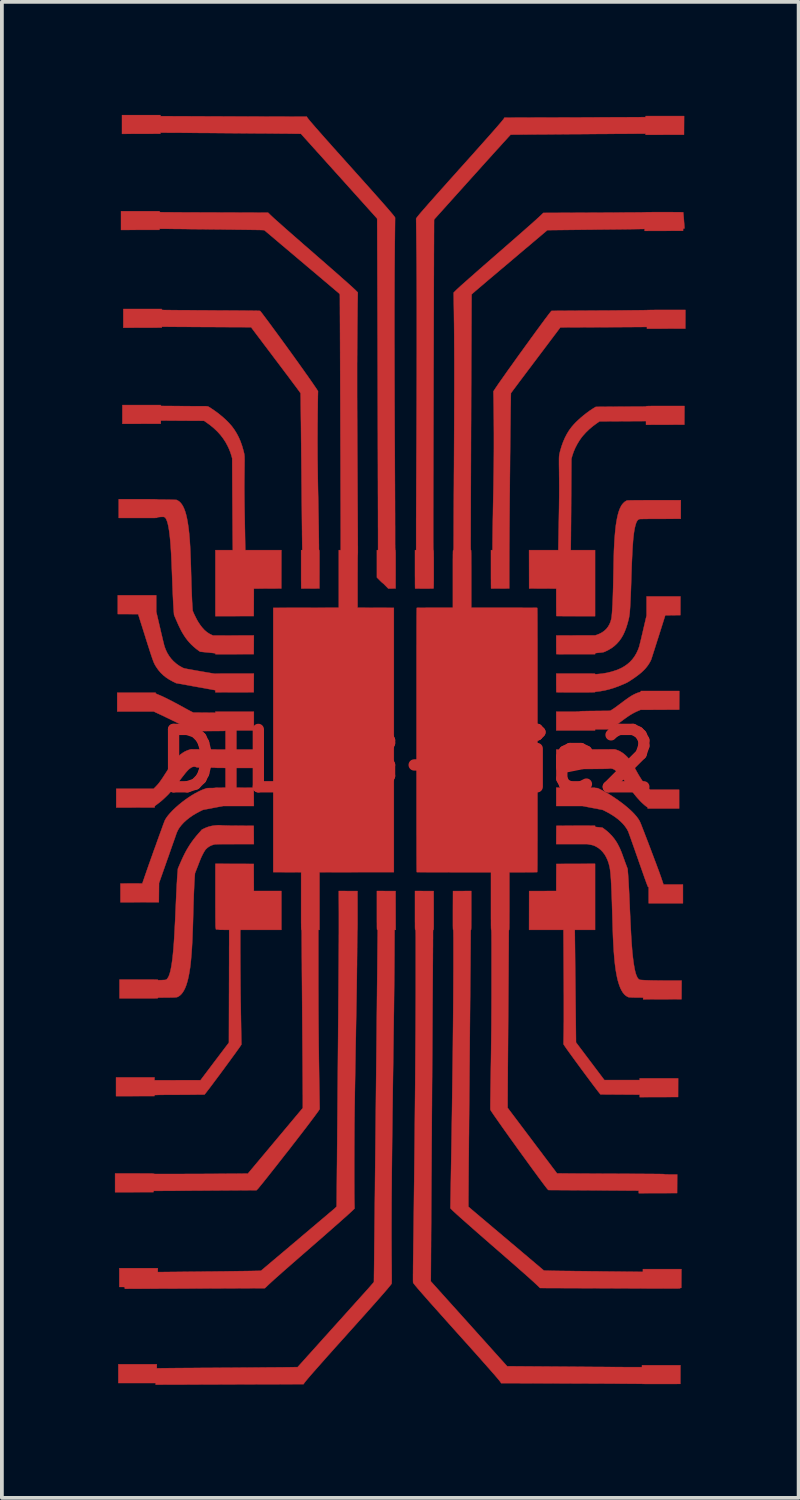
<source format=kicad_pcb>
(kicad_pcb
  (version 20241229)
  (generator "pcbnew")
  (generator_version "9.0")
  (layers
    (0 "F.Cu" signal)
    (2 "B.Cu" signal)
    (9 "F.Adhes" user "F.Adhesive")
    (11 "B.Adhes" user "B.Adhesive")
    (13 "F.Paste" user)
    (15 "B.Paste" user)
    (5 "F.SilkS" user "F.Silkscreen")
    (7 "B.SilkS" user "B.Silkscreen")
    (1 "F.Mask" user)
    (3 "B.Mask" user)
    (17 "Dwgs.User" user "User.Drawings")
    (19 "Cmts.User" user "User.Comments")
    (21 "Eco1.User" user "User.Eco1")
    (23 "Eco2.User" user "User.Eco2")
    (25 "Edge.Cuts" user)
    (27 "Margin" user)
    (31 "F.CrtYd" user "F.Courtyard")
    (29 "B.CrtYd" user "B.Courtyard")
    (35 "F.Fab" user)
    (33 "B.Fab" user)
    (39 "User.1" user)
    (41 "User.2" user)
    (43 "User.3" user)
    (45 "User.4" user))
  (footprint "DIL28-die2"
    (layer "F.Cu")
    (at 7.762 17.145)
    (property "Reference" "DIL28-die2" (at 0 0 0) (layer "F.Cu") (effects (font (size 1.524 1.524) (thickness 0.3))))
    (attr through_hole)
    (fp_poly (pts (xy -6.68 -1.797) (xy -6.679 -1.791) (xy -6.675 -1.786) (xy -6.665 -1.78) (xy -6.649 -1.773) (xy -6.631 -1.765) (xy -6.574 -1.742) (xy -6.508 -1.713) (xy -6.436 -1.679) (xy -6.356 -1.639) (xy -6.27 -1.596) (xy -6.177 -1.547) (xy -6.079 -1.495) (xy -6.007 -1.455) (xy -5.949 -1.424) (xy -5.9 -1.396) (xy -5.857 -1.373) (xy -5.822 -1.354) (xy -5.792 -1.338) (xy -5.768 -1.325) (xy -5.748 -1.315) (xy -5.731 -1.306) (xy -5.718 -1.3) (xy -5.71 -1.296) (xy -5.677 -1.281) (xy -5.386 -1.279) (xy -5.095 -1.276) (xy -5.095 -1.306) (xy -4.074 -1.306) (xy -4.074 -0.808) (xy -4.453 -0.808) (xy -4.524 -0.808) (xy -4.587 -0.808) (xy -4.64 -0.808) (xy -4.685 -0.807) (xy -4.723 -0.807) (xy -4.754 -0.807) (xy -4.778 -0.806) (xy -4.797 -0.806) (xy -4.811 -0.805) (xy -4.821 -0.804) (xy -4.827 -0.803) (xy -4.83 -0.802) (xy -4.831 -0.8) (xy -4.832 -0.799) (xy -4.835 -0.798) (xy -4.841 -0.797) (xy -4.851 -0.796) (xy -4.865 -0.795) (xy -4.884 -0.794) (xy -4.908 -0.794) (xy -4.938 -0.793) (xy -4.975 -0.793) (xy -5.019 -0.792) (xy -5.071 -0.792) (xy -5.132 -0.792) (xy -5.202 -0.791) (xy -5.245 -0.791) (xy -5.66 -0.79) (xy -5.894 -0.906) (xy -6.013 -0.965) (xy -6.124 -1.019) (xy -6.225 -1.068) (xy -6.318 -1.114) (xy -6.402 -1.154) (xy -6.478 -1.191) (xy -6.546 -1.223) (xy -6.605 -1.251) (xy -6.607 -1.251) (xy -6.734 -1.311) (xy -7.701 -1.311) (xy -7.701 -1.808) (xy -6.68 -1.808) (xy -6.68 -1.797)) (stroke (width 0.01) (type solid)) (fill yes) (layer "F.Cu"))
    (fp_poly (pts (xy 7.216 -1.359) (xy 6.19 -1.354) (xy 6.133 -1.33) (xy 6.091 -1.312) (xy 6.051 -1.293) (xy 6.012 -1.273) (xy 5.974 -1.252) (xy 5.934 -1.229) (xy 5.892 -1.202) (xy 5.847 -1.172) (xy 5.797 -1.137) (xy 5.742 -1.097) (xy 5.681 -1.051) (xy 5.674 -1.046) (xy 5.601 -0.992) (xy 5.534 -0.945) (xy 5.475 -0.905) (xy 5.422 -0.873) (xy 5.407 -0.864) (xy 5.362 -0.838) (xy 4.983 -0.838) (xy 4.983 -0.808) (xy 3.952 -0.808) (xy 3.952 -1.306) (xy 4.265 -1.306) (xy 4.33 -1.306) (xy 4.386 -1.306) (xy 4.433 -1.306) (xy 4.472 -1.306) (xy 4.504 -1.307) (xy 4.529 -1.307) (xy 4.548 -1.308) (xy 4.561 -1.309) (xy 4.57 -1.31) (xy 4.575 -1.311) (xy 4.577 -1.312) (xy 4.577 -1.312) (xy 4.578 -1.314) (xy 4.583 -1.315) (xy 4.591 -1.316) (xy 4.604 -1.317) (xy 4.622 -1.318) (xy 4.645 -1.319) (xy 4.675 -1.32) (xy 4.711 -1.32) (xy 4.755 -1.321) (xy 4.807 -1.322) (xy 4.867 -1.323) (xy 4.937 -1.323) (xy 4.98 -1.324) (xy 5.383 -1.328) (xy 5.431 -1.357) (xy 5.449 -1.369) (xy 5.47 -1.382) (xy 5.493 -1.398) (xy 5.52 -1.417) (xy 5.551 -1.439) (xy 5.586 -1.466) (xy 5.628 -1.497) (xy 5.677 -1.533) (xy 5.716 -1.563) (xy 5.781 -1.611) (xy 5.84 -1.653) (xy 5.893 -1.69) (xy 5.941 -1.721) (xy 5.986 -1.747) (xy 6.029 -1.769) (xy 6.07 -1.788) (xy 6.11 -1.804) (xy 6.15 -1.817) (xy 6.156 -1.819) (xy 6.176 -1.825) (xy 6.189 -1.83) (xy 6.195 -1.834) (xy 6.197 -1.84) (xy 6.198 -1.842) (xy 6.198 -1.854) (xy 7.219 -1.854) (xy 7.216 -1.359)) (stroke (width 0.01) (type solid)) (fill yes) (layer "F.Cu"))
    (fp_poly (pts (xy 4.983 4.486) (xy 4.445 4.486) (xy 4.445 4.502) (xy 4.445 4.509) (xy 4.445 4.525) (xy 4.445 4.55) (xy 4.446 4.585) (xy 4.446 4.628) (xy 4.447 4.679) (xy 4.447 4.738) (xy 4.448 4.804) (xy 4.449 4.877) (xy 4.45 4.956) (xy 4.451 5.042) (xy 4.452 5.134) (xy 4.453 5.23) (xy 4.454 5.332) (xy 4.455 5.438) (xy 4.456 5.548) (xy 4.457 5.662) (xy 4.459 5.779) (xy 4.46 5.899) (xy 4.461 5.996) (xy 4.477 7.474) (xy 4.854 7.974) (xy 5.23 8.473) (xy 5.698 8.473) (xy 6.167 8.473) (xy 6.167 8.428) (xy 7.188 8.428) (xy 7.186 8.923) (xy 6.167 8.926) (xy 6.167 8.861) (xy 5.128 8.854) (xy 5.114 8.838) (xy 5.1 8.821) (xy 5.081 8.797) (xy 5.057 8.767) (xy 5.029 8.73) (xy 4.996 8.687) (xy 4.96 8.64) (xy 4.921 8.588) (xy 4.879 8.532) (xy 4.835 8.473) (xy 4.789 8.411) (xy 4.742 8.348) (xy 4.694 8.283) (xy 4.645 8.217) (xy 4.596 8.151) (xy 4.548 8.085) (xy 4.5 8.02) (xy 4.454 7.957) (xy 4.409 7.895) (xy 4.367 7.837) (xy 4.327 7.782) (xy 4.29 7.731) (xy 4.256 7.684) (xy 4.227 7.643) (xy 4.202 7.607) (xy 4.182 7.578) (xy 4.167 7.555) (xy 4.157 7.541) (xy 4.145 7.519) (xy 4.151 7.172) (xy 4.152 7.116) (xy 4.152 7.055) (xy 4.153 6.989) (xy 4.154 6.917) (xy 4.154 6.838) (xy 4.154 6.754) (xy 4.154 6.662) (xy 4.154 6.564) (xy 4.154 6.459) (xy 4.154 6.346) (xy 4.154 6.226) (xy 4.153 6.097) (xy 4.153 5.961) (xy 4.152 5.815) (xy 4.151 5.661) (xy 4.15 5.498) (xy 4.149 5.326) (xy 4.148 5.144) (xy 4.147 4.97) (xy 4.144 4.486) (xy 3.231 4.486) (xy 3.232 3.971) (xy 3.233 3.457) (xy 3.593 3.456) (xy 3.952 3.454) (xy 3.953 3.095) (xy 3.955 2.736) (xy 4.469 2.734) (xy 4.983 2.733) (xy 4.983 4.486)) (stroke (width 0.01) (type solid)) (fill yes) (layer "F.Cu"))
    (fp_poly (pts (xy -4.661 0.712) (xy -4.586 0.712) (xy -4.077 0.714) (xy -4.074 1.199) (xy -4.891 1.199) (xy -5.158 1.25) (xy -5.425 1.301) (xy -5.485 1.33) (xy -5.59 1.385) (xy -5.688 1.443) (xy -5.778 1.505) (xy -5.859 1.569) (xy -5.932 1.635) (xy -5.995 1.703) (xy -6.049 1.773) (xy -6.054 1.781) (xy -6.068 1.802) (xy -6.083 1.829) (xy -6.098 1.857) (xy -6.111 1.885) (xy -6.122 1.909) (xy -6.126 1.923) (xy -6.129 1.93) (xy -6.135 1.946) (xy -6.143 1.971) (xy -6.155 2.003) (xy -6.168 2.043) (xy -6.185 2.09) (xy -6.203 2.142) (xy -6.224 2.2) (xy -6.246 2.263) (xy -6.27 2.331) (xy -6.295 2.403) (xy -6.321 2.477) (xy -6.348 2.555) (xy -6.362 2.593) (xy -6.591 3.244) (xy -6.596 3.752) (xy -7.615 3.754) (xy -7.615 3.256) (xy -7.324 3.255) (xy -7.034 3.254) (xy -6.949 3.007) (xy -6.933 2.961) (xy -6.915 2.908) (xy -6.895 2.851) (xy -6.873 2.789) (xy -6.85 2.723) (xy -6.825 2.654) (xy -6.8 2.582) (xy -6.773 2.508) (xy -6.747 2.433) (xy -6.72 2.357) (xy -6.692 2.282) (xy -6.665 2.207) (xy -6.639 2.133) (xy -6.613 2.061) (xy -6.588 1.991) (xy -6.564 1.925) (xy -6.541 1.863) (xy -6.52 1.805) (xy -6.501 1.752) (xy -6.484 1.705) (xy -6.469 1.664) (xy -6.456 1.631) (xy -6.446 1.605) (xy -6.439 1.587) (xy -6.436 1.579) (xy -6.411 1.535) (xy -6.381 1.49) (xy -6.344 1.442) (xy -6.299 1.39) (xy -6.247 1.335) (xy -6.213 1.3) (xy -6.139 1.23) (xy -6.06 1.161) (xy -5.977 1.094) (xy -5.892 1.03) (xy -5.806 0.97) (xy -5.72 0.914) (xy -5.635 0.864) (xy -5.552 0.82) (xy -5.472 0.782) (xy -5.397 0.751) (xy -5.374 0.744) (xy -5.316 0.724) (xy -5.206 0.722) (xy -5.172 0.722) (xy -5.143 0.721) (xy -5.12 0.719) (xy -5.104 0.718) (xy -5.096 0.716) (xy -5.095 0.716) (xy -5.09 0.715) (xy -5.076 0.714) (xy -5.052 0.714) (xy -5.019 0.713) (xy -4.977 0.713) (xy -4.928 0.713) (xy -4.872 0.712) (xy -4.808 0.712) (xy -4.737 0.712) (xy -4.661 0.712)) (stroke (width 0.01) (type solid)) (fill yes) (layer "F.Cu"))
    (fp_poly (pts (xy 5.5 -0.305) (xy 5.513 -0.303) (xy 5.533 -0.298) (xy 5.557 -0.289) (xy 5.584 -0.28) (xy 5.61 -0.269) (xy 5.633 -0.259) (xy 5.644 -0.253) (xy 5.709 -0.213) (xy 5.773 -0.164) (xy 5.833 -0.107) (xy 5.869 -0.067) (xy 5.893 -0.038) (xy 5.914 -0.011) (xy 5.934 0.017) (xy 5.953 0.046) (xy 5.974 0.078) (xy 5.995 0.116) (xy 6.02 0.159) (xy 6.047 0.208) (xy 6.097 0.3) (xy 6.144 0.382) (xy 6.189 0.455) (xy 6.231 0.521) (xy 6.271 0.579) (xy 6.31 0.629) (xy 6.347 0.673) (xy 6.384 0.711) (xy 6.412 0.737) (xy 6.447 0.767) (xy 7.214 0.767) (xy 7.214 1.265) (xy 6.38 1.265) (xy 6.38 1.25) (xy 6.378 1.239) (xy 6.37 1.229) (xy 6.361 1.224) (xy 6.33 1.202) (xy 6.294 1.173) (xy 6.255 1.138) (xy 6.213 1.099) (xy 6.17 1.055) (xy 6.128 1.009) (xy 6.087 0.962) (xy 6.068 0.94) (xy 6.049 0.915) (xy 6.03 0.893) (xy 6.013 0.871) (xy 5.996 0.848) (xy 5.978 0.824) (xy 5.958 0.797) (xy 5.935 0.766) (xy 5.908 0.729) (xy 5.877 0.686) (xy 5.862 0.665) (xy 5.817 0.603) (xy 5.777 0.548) (xy 5.741 0.499) (xy 5.71 0.458) (xy 5.682 0.421) (xy 5.657 0.39) (xy 5.634 0.363) (xy 5.613 0.339) (xy 5.593 0.318) (xy 5.574 0.299) (xy 5.572 0.297) (xy 5.534 0.263) (xy 5.5 0.237) (xy 5.468 0.219) (xy 5.436 0.208) (xy 5.402 0.203) (xy 5.366 0.204) (xy 5.347 0.206) (xy 5.334 0.208) (xy 5.316 0.209) (xy 5.292 0.21) (xy 5.262 0.211) (xy 5.225 0.212) (xy 5.181 0.213) (xy 5.128 0.213) (xy 5.067 0.214) (xy 4.997 0.214) (xy 4.972 0.214) (xy 4.643 0.216) (xy 4.643 0.202) (xy 4.643 0.188) (xy 3.952 0.188) (xy 3.952 -0.298) (xy 4.721 -0.302) (xy 4.808 -0.302) (xy 4.893 -0.303) (xy 4.975 -0.303) (xy 5.053 -0.303) (xy 5.127 -0.304) (xy 5.195 -0.304) (xy 5.258 -0.304) (xy 5.316 -0.304) (xy 5.366 -0.305) (xy 5.409 -0.305) (xy 5.445 -0.305) (xy 5.472 -0.305) (xy 5.49 -0.305) (xy 5.499 -0.305) (xy 5.5 -0.305)) (stroke (width 0.01) (type solid)) (fill yes) (layer "F.Cu"))
    (fp_poly (pts (xy -6.665 -3.959) (xy -6.563 -3.523) (xy -6.548 -3.457) (xy -6.533 -3.392) (xy -6.518 -3.331) (xy -6.504 -3.273) (xy -6.492 -3.22) (xy -6.48 -3.171) (xy -6.469 -3.129) (xy -6.461 -3.094) (xy -6.454 -3.066) (xy -6.448 -3.047) (xy -6.446 -3.038) (xy -6.412 -2.946) (xy -6.371 -2.861) (xy -6.324 -2.784) (xy -6.27 -2.712) (xy -6.208 -2.645) (xy -6.199 -2.637) (xy -6.13 -2.576) (xy -6.057 -2.524) (xy -5.976 -2.478) (xy -5.966 -2.473) (xy -5.958 -2.469) (xy -5.951 -2.466) (xy -5.943 -2.463) (xy -5.934 -2.46) (xy -5.923 -2.456) (xy -5.91 -2.453) (xy -5.894 -2.449) (xy -5.873 -2.445) (xy -5.848 -2.44) (xy -5.818 -2.434) (xy -5.781 -2.428) (xy -5.738 -2.42) (xy -5.687 -2.411) (xy -5.628 -2.4) (xy -5.56 -2.388) (xy -5.511 -2.38) (xy -5.444 -2.368) (xy -5.38 -2.357) (xy -5.322 -2.347) (xy -5.269 -2.338) (xy -5.221 -2.33) (xy -5.181 -2.323) (xy -5.147 -2.318) (xy -5.121 -2.314) (xy -5.104 -2.312) (xy -5.097 -2.311) (xy -5.096 -2.312) (xy -5.091 -2.312) (xy -5.075 -2.313) (xy -5.051 -2.314) (xy -5.016 -2.315) (xy -4.973 -2.315) (xy -4.921 -2.316) (xy -4.86 -2.316) (xy -4.791 -2.316) (xy -4.713 -2.316) (xy -4.628 -2.316) (xy -4.584 -2.316) (xy -4.074 -2.316) (xy -4.077 -1.821) (xy -5.095 -1.819) (xy -5.095 -1.846) (xy -5.096 -1.863) (xy -5.098 -1.872) (xy -5.103 -1.876) (xy -5.107 -1.877) (xy -5.113 -1.878) (xy -5.129 -1.881) (xy -5.153 -1.885) (xy -5.186 -1.891) (xy -5.226 -1.899) (xy -5.272 -1.907) (xy -5.324 -1.916) (xy -5.381 -1.927) (xy -5.443 -1.938) (xy -5.509 -1.95) (xy -5.578 -1.962) (xy -5.629 -1.971) (xy -6.139 -2.063) (xy -6.22 -2.103) (xy -6.314 -2.154) (xy -6.4 -2.21) (xy -6.477 -2.271) (xy -6.547 -2.339) (xy -6.61 -2.413) (xy -6.667 -2.495) (xy -6.689 -2.532) (xy -6.698 -2.547) (xy -6.706 -2.562) (xy -6.714 -2.578) (xy -6.721 -2.594) (xy -6.73 -2.612) (xy -6.738 -2.633) (xy -6.747 -2.656) (xy -6.757 -2.683) (xy -6.768 -2.714) (xy -6.78 -2.749) (xy -6.794 -2.789) (xy -6.809 -2.835) (xy -6.826 -2.887) (xy -6.845 -2.946) (xy -6.866 -3.012) (xy -6.89 -3.086) (xy -6.916 -3.168) (xy -6.945 -3.259) (xy -6.956 -3.296) (xy -7.145 -3.894) (xy -7.686 -3.896) (xy -7.686 -4.394) (xy -6.665 -4.394) (xy -6.665 -3.959)) (stroke (width 0.01) (type solid)) (fill yes) (layer "F.Cu"))
    (fp_poly (pts (xy -5.491 -0.304) (xy -5.451 -0.304) (xy -5.402 -0.303) (xy -5.345 -0.303) (xy -5.281 -0.303) (xy -5.211 -0.302) (xy -5.136 -0.302) (xy -5.058 -0.301) (xy -4.976 -0.301) (xy -4.893 -0.301) (xy -4.809 -0.301) (xy -4.726 -0.301) (xy -4.657 -0.3) (xy -4.074 -0.3) (xy -4.074 0.188) (xy -4.585 0.188) (xy -4.68 0.188) (xy -4.765 0.188) (xy -4.841 0.188) (xy -4.907 0.187) (xy -4.963 0.187) (xy -5.01 0.186) (xy -5.046 0.186) (xy -5.072 0.185) (xy -5.089 0.184) (xy -5.095 0.183) (xy -5.095 0.183) (xy -5.1 0.182) (xy -5.115 0.18) (xy -5.14 0.179) (xy -5.175 0.179) (xy -5.219 0.178) (xy -5.272 0.178) (xy -5.334 0.178) (xy -5.336 0.178) (xy -5.392 0.178) (xy -5.438 0.178) (xy -5.476 0.178) (xy -5.507 0.177) (xy -5.532 0.177) (xy -5.551 0.176) (xy -5.565 0.175) (xy -5.576 0.174) (xy -5.584 0.173) (xy -5.591 0.171) (xy -5.597 0.169) (xy -5.601 0.167) (xy -5.636 0.156) (xy -5.671 0.155) (xy -5.708 0.164) (xy -5.745 0.183) (xy -5.784 0.212) (xy -5.801 0.226) (xy -5.817 0.242) (xy -5.832 0.258) (xy -5.848 0.275) (xy -5.865 0.294) (xy -5.884 0.316) (xy -5.905 0.342) (xy -5.929 0.373) (xy -5.957 0.409) (xy -5.99 0.451) (xy -6.028 0.501) (xy -6.033 0.508) (xy -6.087 0.579) (xy -6.136 0.643) (xy -6.181 0.699) (xy -6.222 0.75) (xy -6.261 0.797) (xy -6.298 0.839) (xy -6.333 0.878) (xy -6.368 0.914) (xy -6.404 0.949) (xy -6.432 0.976) (xy -6.467 1.009) (xy -6.499 1.038) (xy -6.529 1.064) (xy -6.559 1.089) (xy -6.591 1.114) (xy -6.627 1.141) (xy -6.668 1.172) (xy -6.689 1.187) (xy -6.701 1.199) (xy -6.706 1.214) (xy -6.707 1.218) (xy -6.708 1.237) (xy -7.727 1.24) (xy -7.727 0.742) (xy -6.735 0.742) (xy -6.678 0.685) (xy -6.656 0.661) (xy -6.634 0.638) (xy -6.613 0.613) (xy -6.592 0.587) (xy -6.569 0.557) (xy -6.545 0.523) (xy -6.518 0.484) (xy -6.488 0.44) (xy -6.455 0.389) (xy -6.418 0.331) (xy -6.402 0.307) (xy -6.359 0.24) (xy -6.32 0.18) (xy -6.284 0.127) (xy -6.251 0.08) (xy -6.221 0.039) (xy -6.192 0.003) (xy -6.165 -0.031) (xy -6.138 -0.061) (xy -6.11 -0.09) (xy -6.09 -0.109) (xy -6.029 -0.164) (xy -5.968 -0.209) (xy -5.907 -0.246) (xy -5.843 -0.275) (xy -5.783 -0.296) (xy -5.743 -0.307) (xy -5.491 -0.304)) (stroke (width 0.01) (type solid)) (fill yes) (layer "F.Cu"))
    (fp_poly (pts (xy 4.563 0.711) (xy 4.649 0.711) (xy 4.726 0.712) (xy 4.792 0.712) (xy 4.849 0.712) (xy 4.896 0.713) (xy 4.933 0.714) (xy 4.96 0.714) (xy 4.976 0.715) (xy 4.983 0.716) (xy 4.983 0.716) (xy 4.988 0.719) (xy 5 0.721) (xy 5.016 0.721) (xy 5.027 0.722) (xy 5.037 0.722) (xy 5.047 0.725) (xy 5.06 0.729) (xy 5.075 0.735) (xy 5.095 0.745) (xy 5.122 0.758) (xy 5.152 0.774) (xy 5.211 0.804) (xy 5.266 0.834) (xy 5.32 0.865) (xy 5.375 0.899) (xy 5.433 0.936) (xy 5.497 0.978) (xy 5.591 1.043) (xy 5.68 1.108) (xy 5.764 1.173) (xy 5.842 1.237) (xy 5.913 1.3) (xy 5.978 1.362) (xy 6.035 1.422) (xy 6.085 1.48) (xy 6.126 1.535) (xy 6.159 1.587) (xy 6.178 1.625) (xy 6.185 1.641) (xy 6.195 1.666) (xy 6.209 1.699) (xy 6.225 1.74) (xy 6.243 1.787) (xy 6.264 1.841) (xy 6.287 1.899) (xy 6.311 1.963) (xy 6.337 2.03) (xy 6.364 2.1) (xy 6.392 2.173) (xy 6.42 2.247) (xy 6.449 2.323) (xy 6.477 2.398) (xy 6.506 2.474) (xy 6.534 2.548) (xy 6.561 2.621) (xy 6.588 2.691) (xy 6.613 2.758) (xy 6.636 2.821) (xy 6.658 2.879) (xy 6.678 2.932) (xy 6.695 2.979) (xy 6.709 3.02) (xy 6.721 3.052) (xy 6.729 3.075) (xy 6.799 3.282) (xy 7.315 3.282) (xy 7.315 3.78) (xy 6.406 3.78) (xy 6.406 3.348) (xy 6.394 3.348) (xy 6.392 3.347) (xy 6.39 3.346) (xy 6.388 3.343) (xy 6.385 3.338) (xy 6.381 3.331) (xy 6.377 3.321) (xy 6.372 3.307) (xy 6.365 3.29) (xy 6.357 3.269) (xy 6.347 3.243) (xy 6.336 3.212) (xy 6.323 3.175) (xy 6.307 3.133) (xy 6.29 3.084) (xy 6.27 3.028) (xy 6.248 2.965) (xy 6.223 2.894) (xy 6.195 2.814) (xy 6.164 2.727) (xy 6.13 2.629) (xy 6.13 2.628) (xy 6.101 2.545) (xy 6.072 2.464) (xy 6.045 2.386) (xy 6.019 2.312) (xy 5.994 2.242) (xy 5.971 2.176) (xy 5.949 2.115) (xy 5.93 2.06) (xy 5.912 2.011) (xy 5.897 1.969) (xy 5.884 1.934) (xy 5.875 1.906) (xy 5.868 1.888) (xy 5.864 1.878) (xy 5.864 1.877) (xy 5.827 1.808) (xy 5.78 1.74) (xy 5.725 1.673) (xy 5.659 1.607) (xy 5.586 1.544) (xy 5.503 1.482) (xy 5.413 1.424) (xy 5.314 1.367) (xy 5.252 1.335) (xy 5.182 1.301) (xy 4.915 1.25) (xy 4.647 1.199) (xy 3.952 1.199) (xy 3.952 0.711) (xy 4.468 0.711) (xy 4.563 0.711)) (stroke (width 0.01) (type solid)) (fill yes) (layer "F.Cu"))
    (fp_poly (pts (xy -6.543 -9.42) (xy -6.093 -9.417) (xy -6.021 -9.416) (xy -5.949 -9.416) (xy -5.877 -9.415) (xy -5.807 -9.415) (xy -5.74 -9.414) (xy -5.677 -9.414) (xy -5.619 -9.414) (xy -5.567 -9.413) (xy -5.522 -9.413) (xy -5.486 -9.413) (xy -5.473 -9.413) (xy -5.426 -9.413) (xy -5.389 -9.413) (xy -5.359 -9.413) (xy -5.335 -9.412) (xy -5.316 -9.41) (xy -5.3 -9.408) (xy -5.286 -9.403) (xy -5.273 -9.397) (xy -5.259 -9.389) (xy -5.242 -9.379) (xy -5.222 -9.366) (xy -5.215 -9.361) (xy -5.13 -9.304) (xy -5.045 -9.243) (xy -4.963 -9.178) (xy -4.883 -9.111) (xy -4.809 -9.043) (xy -4.741 -8.975) (xy -4.681 -8.908) (xy -4.655 -8.877) (xy -4.59 -8.788) (xy -4.53 -8.691) (xy -4.475 -8.587) (xy -4.427 -8.475) (xy -4.385 -8.356) (xy -4.351 -8.237) (xy -4.345 -8.214) (xy -4.34 -8.194) (xy -4.336 -8.176) (xy -4.332 -8.158) (xy -4.329 -8.141) (xy -4.326 -8.123) (xy -4.324 -8.104) (xy -4.322 -8.082) (xy -4.321 -8.057) (xy -4.321 -8.028) (xy -4.32 -7.994) (xy -4.32 -7.955) (xy -4.321 -7.909) (xy -4.321 -7.856) (xy -4.322 -7.795) (xy -4.323 -7.726) (xy -4.323 -7.676) (xy -4.324 -7.595) (xy -4.325 -7.518) (xy -4.326 -7.444) (xy -4.326 -7.372) (xy -4.327 -7.3) (xy -4.327 -7.228) (xy -4.326 -7.154) (xy -4.326 -7.079) (xy -4.325 -7) (xy -4.324 -6.917) (xy -4.323 -6.829) (xy -4.322 -6.735) (xy -4.32 -6.634) (xy -4.318 -6.525) (xy -4.316 -6.407) (xy -4.315 -6.378) (xy -4.314 -6.31) (xy -4.313 -6.24) (xy -4.312 -6.169) (xy -4.31 -6.099) (xy -4.309 -6.031) (xy -4.308 -5.967) (xy -4.307 -5.908) (xy -4.306 -5.856) (xy -4.305 -5.812) (xy -4.305 -5.798) (xy -4.301 -5.593) (xy -3.343 -5.593) (xy -3.345 -4.575) (xy -3.71 -4.573) (xy -4.074 -4.572) (xy -4.075 -4.207) (xy -4.077 -3.843) (xy -5.095 -3.84) (xy -5.095 -5.593) (xy -4.632 -5.593) (xy -4.635 -5.831) (xy -4.635 -5.86) (xy -4.636 -5.9) (xy -4.636 -5.948) (xy -4.637 -6.005) (xy -4.637 -6.069) (xy -4.638 -6.139) (xy -4.638 -6.216) (xy -4.639 -6.299) (xy -4.639 -6.386) (xy -4.64 -6.478) (xy -4.641 -6.573) (xy -4.641 -6.671) (xy -4.642 -6.772) (xy -4.643 -6.873) (xy -4.643 -6.976) (xy -4.644 -7.048) (xy -4.649 -8.029) (xy -4.664 -8.084) (xy -4.696 -8.187) (xy -4.738 -8.291) (xy -4.768 -8.354) (xy -4.824 -8.459) (xy -4.89 -8.559) (xy -4.963 -8.654) (xy -5.045 -8.744) (xy -5.136 -8.83) (xy -5.236 -8.912) (xy -5.331 -8.981) (xy -5.397 -9.026) (xy -5.97 -9.029) (xy -6.543 -9.033) (xy -6.544 -8.991) (xy -6.546 -8.948) (xy -7.564 -8.946) (xy -7.564 -9.444) (xy -6.543 -9.444) (xy -6.543 -9.42)) (stroke (width 0.01) (type solid)) (fill yes) (layer "F.Cu"))
    (fp_poly (pts (xy 7.247 -3.868) (xy 6.846 -3.863) (xy 6.665 -3.289) (xy 6.641 -3.215) (xy 6.618 -3.143) (xy 6.596 -3.073) (xy 6.575 -3.007) (xy 6.556 -2.946) (xy 6.537 -2.889) (xy 6.521 -2.838) (xy 6.506 -2.792) (xy 6.494 -2.754) (xy 6.484 -2.723) (xy 6.476 -2.7) (xy 6.471 -2.685) (xy 6.47 -2.681) (xy 6.461 -2.663) (xy 6.449 -2.639) (xy 6.435 -2.614) (xy 6.423 -2.593) (xy 6.39 -2.541) (xy 6.353 -2.492) (xy 6.312 -2.443) (xy 6.266 -2.396) (xy 6.215 -2.348) (xy 6.157 -2.3) (xy 6.091 -2.25) (xy 6.018 -2.197) (xy 5.936 -2.143) (xy 5.935 -2.142) (xy 5.903 -2.121) (xy 5.876 -2.104) (xy 5.854 -2.091) (xy 5.833 -2.079) (xy 5.811 -2.068) (xy 5.786 -2.057) (xy 5.756 -2.043) (xy 5.727 -2.031) (xy 5.599 -1.978) (xy 5.475 -1.934) (xy 5.355 -1.898) (xy 5.237 -1.869) (xy 5.122 -1.849) (xy 5.02 -1.836) (xy 4.999 -1.834) (xy 4.988 -1.83) (xy 4.984 -1.826) (xy 4.983 -1.826) (xy 4.982 -1.825) (xy 4.978 -1.824) (xy 4.971 -1.823) (xy 4.96 -1.822) (xy 4.945 -1.821) (xy 4.925 -1.821) (xy 4.899 -1.82) (xy 4.867 -1.82) (xy 4.829 -1.819) (xy 4.783 -1.819) (xy 4.73 -1.819) (xy 4.669 -1.819) (xy 4.599 -1.819) (xy 4.519 -1.819) (xy 4.471 -1.819) (xy 4.4 -1.819) (xy 4.332 -1.819) (xy 4.267 -1.819) (xy 4.206 -1.819) (xy 4.15 -1.819) (xy 4.1 -1.82) (xy 4.057 -1.82) (xy 4.02 -1.82) (xy 3.991 -1.821) (xy 3.97 -1.821) (xy 3.958 -1.822) (xy 3.956 -1.822) (xy 3.955 -1.828) (xy 3.954 -1.842) (xy 3.954 -1.865) (xy 3.953 -1.895) (xy 3.953 -1.932) (xy 3.953 -1.973) (xy 3.952 -2.019) (xy 3.952 -2.068) (xy 3.952 -2.316) (xy 4.468 -2.316) (xy 4.552 -2.316) (xy 4.626 -2.316) (xy 4.691 -2.316) (xy 4.748 -2.316) (xy 4.797 -2.316) (xy 4.838 -2.316) (xy 4.873 -2.316) (xy 4.902 -2.315) (xy 4.926 -2.315) (xy 4.944 -2.314) (xy 4.958 -2.314) (xy 4.969 -2.313) (xy 4.976 -2.312) (xy 4.98 -2.311) (xy 4.982 -2.31) (xy 4.983 -2.308) (xy 4.983 -2.308) (xy 4.984 -2.304) (xy 4.988 -2.301) (xy 4.995 -2.3) (xy 5.009 -2.3) (xy 5.03 -2.301) (xy 5.043 -2.302) (xy 5.174 -2.315) (xy 5.303 -2.337) (xy 5.431 -2.369) (xy 5.555 -2.409) (xy 5.581 -2.419) (xy 5.674 -2.46) (xy 5.76 -2.509) (xy 5.839 -2.564) (xy 5.911 -2.627) (xy 5.975 -2.696) (xy 6.032 -2.773) (xy 6.081 -2.856) (xy 6.123 -2.947) (xy 6.151 -3.023) (xy 6.155 -3.035) (xy 6.161 -3.057) (xy 6.168 -3.087) (xy 6.177 -3.124) (xy 6.188 -3.167) (xy 6.2 -3.216) (xy 6.213 -3.27) (xy 6.226 -3.328) (xy 6.241 -3.388) (xy 6.255 -3.451) (xy 6.258 -3.464) (xy 6.35 -3.857) (xy 6.35 -4.364) (xy 7.249 -4.364) (xy 7.247 -3.868)) (stroke (width 0.01) (type solid)) (fill yes) (layer "F.Cu"))
    (fp_poly (pts (xy -4.586 2.734) (xy -4.077 2.736) (xy -4.074 3.454) (xy -3.343 3.454) (xy -3.343 4.486) (xy -4.429 4.486) (xy -4.433 4.505) (xy -4.433 4.512) (xy -4.434 4.529) (xy -4.434 4.555) (xy -4.434 4.59) (xy -4.434 4.632) (xy -4.434 4.681) (xy -4.434 4.737) (xy -4.434 4.799) (xy -4.434 4.865) (xy -4.434 4.937) (xy -4.434 5.013) (xy -4.434 5.092) (xy -4.433 5.174) (xy -4.433 5.258) (xy -4.433 5.344) (xy -4.432 5.431) (xy -4.432 5.518) (xy -4.431 5.605) (xy -4.43 5.691) (xy -4.43 5.776) (xy -4.429 5.859) (xy -4.429 5.939) (xy -4.428 6.016) (xy -4.427 6.089) (xy -4.427 6.157) (xy -4.426 6.221) (xy -4.425 6.279) (xy -4.425 6.327) (xy -4.424 6.39) (xy -4.422 6.461) (xy -4.421 6.538) (xy -4.42 6.621) (xy -4.419 6.706) (xy -4.417 6.793) (xy -4.416 6.88) (xy -4.414 6.964) (xy -4.413 7.044) (xy -4.412 7.098) (xy -4.404 7.528) (xy -4.418 7.55) (xy -4.428 7.566) (xy -4.445 7.59) (xy -4.466 7.621) (xy -4.493 7.658) (xy -4.523 7.7) (xy -4.557 7.748) (xy -4.595 7.8) (xy -4.636 7.856) (xy -4.679 7.915) (xy -4.724 7.977) (xy -4.771 8.041) (xy -4.819 8.106) (xy -4.867 8.172) (xy -4.916 8.238) (xy -4.964 8.304) (xy -5.012 8.368) (xy -5.059 8.431) (xy -5.104 8.491) (xy -5.147 8.549) (xy -5.187 8.603) (xy -5.225 8.653) (xy -5.259 8.698) (xy -5.289 8.737) (xy -5.315 8.771) (xy -5.336 8.798) (xy -5.343 8.807) (xy -5.384 8.858) (xy -5.713 8.861) (xy -5.779 8.862) (xy -5.85 8.862) (xy -5.924 8.863) (xy -5.998 8.863) (xy -6.071 8.864) (xy -6.14 8.864) (xy -6.205 8.864) (xy -6.262 8.865) (xy -6.289 8.865) (xy -6.341 8.865) (xy -6.394 8.865) (xy -6.446 8.865) (xy -6.494 8.866) (xy -6.538 8.866) (xy -6.575 8.867) (xy -6.606 8.867) (xy -6.623 8.868) (xy -6.71 8.871) (xy -6.712 8.884) (xy -6.713 8.898) (xy -7.732 8.9) (xy -7.732 8.402) (xy -6.711 8.402) (xy -6.711 8.479) (xy -5.489 8.476) (xy -5.113 7.977) (xy -4.736 7.479) (xy -4.733 6.357) (xy -4.733 6.245) (xy -4.732 6.133) (xy -4.732 6.021) (xy -4.732 5.909) (xy -4.731 5.799) (xy -4.731 5.691) (xy -4.731 5.587) (xy -4.731 5.485) (xy -4.73 5.388) (xy -4.73 5.296) (xy -4.73 5.209) (xy -4.73 5.129) (xy -4.73 5.056) (xy -4.73 4.991) (xy -4.73 4.933) (xy -4.729 4.885) (xy -4.729 4.861) (xy -4.729 4.486) (xy -4.866 4.486) (xy -4.91 4.485) (xy -4.946 4.485) (xy -4.975 4.484) (xy -4.994 4.483) (xy -5.005 4.481) (xy -5.006 4.481) (xy -5.013 4.478) (xy -5.026 4.476) (xy -5.044 4.475) (xy -5.079 4.475) (xy -5.082 4.456) (xy -5.085 4.439) (xy -5.089 4.419) (xy -5.09 4.415) (xy -5.09 4.406) (xy -5.091 4.387) (xy -5.092 4.359) (xy -5.092 4.32) (xy -5.093 4.271) (xy -5.093 4.212) (xy -5.094 4.143) (xy -5.094 4.064) (xy -5.094 3.975) (xy -5.095 3.876) (xy -5.095 3.767) (xy -5.095 3.647) (xy -5.095 3.562) (xy -5.095 2.733) (xy -4.586 2.734)) (stroke (width 0.01) (type solid)) (fill yes) (layer "F.Cu"))
    (fp_poly (pts (xy 7.353 -8.923) (xy 6.335 -8.92) (xy 6.335 -9.018) (xy 5.103 -9.011) (xy 5.037 -8.966) (xy 4.929 -8.887) (xy 4.83 -8.804) (xy 4.74 -8.717) (xy 4.658 -8.626) (xy 4.631 -8.593) (xy 4.568 -8.504) (xy 4.51 -8.408) (xy 4.458 -8.308) (xy 4.414 -8.206) (xy 4.379 -8.103) (xy 4.369 -8.068) (xy 4.355 -8.014) (xy 4.349 -7.031) (xy 4.348 -6.928) (xy 4.348 -6.825) (xy 4.347 -6.724) (xy 4.347 -6.625) (xy 4.346 -6.528) (xy 4.345 -6.434) (xy 4.345 -6.344) (xy 4.344 -6.259) (xy 4.343 -6.179) (xy 4.343 -6.104) (xy 4.342 -6.036) (xy 4.342 -5.975) (xy 4.341 -5.922) (xy 4.341 -5.877) (xy 4.34 -5.841) (xy 4.34 -5.82) (xy 4.337 -5.593) (xy 4.983 -5.593) (xy 4.983 -3.84) (xy 4.471 -3.84) (xy 4.4 -3.841) (xy 4.332 -3.841) (xy 4.267 -3.841) (xy 4.206 -3.841) (xy 4.15 -3.841) (xy 4.1 -3.842) (xy 4.057 -3.842) (xy 4.02 -3.842) (xy 3.991 -3.843) (xy 3.97 -3.843) (xy 3.958 -3.844) (xy 3.956 -3.844) (xy 3.955 -3.849) (xy 3.955 -3.864) (xy 3.954 -3.888) (xy 3.954 -3.919) (xy 3.953 -3.957) (xy 3.953 -4.001) (xy 3.953 -4.05) (xy 3.952 -4.104) (xy 3.952 -4.161) (xy 3.952 -4.21) (xy 3.952 -4.572) (xy 3.233 -4.575) (xy 3.232 -5.084) (xy 3.231 -5.593) (xy 4.007 -5.593) (xy 4.01 -5.79) (xy 4.011 -5.829) (xy 4.012 -5.877) (xy 4.013 -5.932) (xy 4.014 -5.994) (xy 4.015 -6.059) (xy 4.016 -6.128) (xy 4.018 -6.198) (xy 4.019 -6.268) (xy 4.02 -6.336) (xy 4.021 -6.365) (xy 4.023 -6.483) (xy 4.025 -6.592) (xy 4.027 -6.692) (xy 4.028 -6.785) (xy 4.029 -6.872) (xy 4.03 -6.953) (xy 4.031 -7.03) (xy 4.031 -7.104) (xy 4.032 -7.175) (xy 4.032 -7.245) (xy 4.032 -7.314) (xy 4.031 -7.383) (xy 4.031 -7.454) (xy 4.03 -7.527) (xy 4.029 -7.603) (xy 4.029 -7.655) (xy 4.028 -7.731) (xy 4.027 -7.798) (xy 4.026 -7.857) (xy 4.026 -7.907) (xy 4.026 -7.951) (xy 4.026 -7.989) (xy 4.026 -8.021) (xy 4.027 -8.049) (xy 4.028 -8.073) (xy 4.03 -8.094) (xy 4.032 -8.113) (xy 4.035 -8.131) (xy 4.038 -8.148) (xy 4.042 -8.165) (xy 4.047 -8.184) (xy 4.052 -8.205) (xy 4.056 -8.222) (xy 4.092 -8.346) (xy 4.134 -8.463) (xy 4.182 -8.574) (xy 4.236 -8.678) (xy 4.295 -8.774) (xy 4.358 -8.859) (xy 4.41 -8.92) (xy 4.469 -8.983) (xy 4.536 -9.047) (xy 4.607 -9.111) (xy 4.682 -9.174) (xy 4.759 -9.234) (xy 4.837 -9.291) (xy 4.914 -9.342) (xy 4.948 -9.364) (xy 5.002 -9.396) (xy 5.487 -9.4) (xy 5.561 -9.4) (xy 5.636 -9.401) (xy 5.71 -9.401) (xy 5.783 -9.402) (xy 5.853 -9.402) (xy 5.92 -9.402) (xy 5.981 -9.403) (xy 6.037 -9.403) (xy 6.085 -9.403) (xy 6.126 -9.403) (xy 6.153 -9.403) (xy 6.201 -9.403) (xy 6.24 -9.403) (xy 6.271 -9.404) (xy 6.295 -9.404) (xy 6.312 -9.405) (xy 6.323 -9.406) (xy 6.33 -9.407) (xy 6.334 -9.409) (xy 6.335 -9.411) (xy 6.336 -9.412) (xy 6.339 -9.413) (xy 6.344 -9.414) (xy 6.353 -9.415) (xy 6.366 -9.416) (xy 6.383 -9.416) (xy 6.405 -9.417) (xy 6.433 -9.417) (xy 6.467 -9.418) (xy 6.507 -9.418) (xy 6.555 -9.418) (xy 6.61 -9.418) (xy 6.674 -9.418) (xy 6.747 -9.418) (xy 6.829 -9.418) (xy 7.356 -9.418) (xy 7.353 -8.923)) (stroke (width 0.01) (type solid)) (fill yes) (layer "F.Cu"))
    (fp_poly (pts (xy 4.732 1.721) (xy 4.777 1.721) (xy 4.813 1.721) (xy 4.815 1.721) (xy 4.983 1.723) (xy 4.983 1.738) (xy 4.984 1.748) (xy 4.986 1.753) (xy 4.991 1.753) (xy 5.005 1.755) (xy 5.026 1.757) (xy 5.052 1.76) (xy 5.082 1.763) (xy 5.083 1.763) (xy 5.178 1.773) (xy 5.218 1.802) (xy 5.295 1.861) (xy 5.369 1.928) (xy 5.438 2.001) (xy 5.5 2.078) (xy 5.553 2.157) (xy 5.561 2.17) (xy 5.584 2.21) (xy 5.605 2.25) (xy 5.625 2.29) (xy 5.645 2.332) (xy 5.665 2.379) (xy 5.686 2.43) (xy 5.708 2.489) (xy 5.727 2.543) (xy 5.742 2.584) (xy 5.759 2.629) (xy 5.775 2.675) (xy 5.791 2.718) (xy 5.805 2.756) (xy 5.809 2.766) (xy 5.847 2.868) (xy 5.854 2.964) (xy 5.858 3.008) (xy 5.861 3.053) (xy 5.864 3.1) (xy 5.868 3.15) (xy 5.871 3.203) (xy 5.874 3.26) (xy 5.877 3.323) (xy 5.881 3.39) (xy 5.885 3.464) (xy 5.889 3.545) (xy 5.893 3.634) (xy 5.897 3.731) (xy 5.902 3.836) (xy 5.905 3.924) (xy 5.912 4.065) (xy 5.918 4.197) (xy 5.924 4.319) (xy 5.929 4.433) (xy 5.935 4.539) (xy 5.94 4.637) (xy 5.946 4.728) (xy 5.951 4.813) (xy 5.957 4.892) (xy 5.963 4.966) (xy 5.968 5.035) (xy 5.974 5.1) (xy 5.981 5.161) (xy 5.987 5.218) (xy 5.994 5.273) (xy 6.001 5.326) (xy 6.008 5.378) (xy 6.01 5.392) (xy 6.024 5.473) (xy 6.037 5.544) (xy 6.052 5.606) (xy 6.067 5.659) (xy 6.084 5.704) (xy 6.101 5.741) (xy 6.106 5.751) (xy 6.126 5.78) (xy 6.146 5.799) (xy 6.168 5.811) (xy 6.186 5.814) (xy 6.222 5.817) (xy 6.268 5.82) (xy 6.322 5.823) (xy 6.384 5.825) (xy 6.454 5.827) (xy 6.531 5.829) (xy 6.613 5.83) (xy 6.701 5.831) (xy 6.794 5.832) (xy 6.891 5.832) (xy 6.906 5.832) (xy 7.28 5.832) (xy 7.277 6.327) (xy 6.259 6.33) (xy 6.259 6.284) (xy 6.148 6.283) (xy 6.109 6.283) (xy 6.066 6.283) (xy 6.024 6.282) (xy 5.986 6.281) (xy 5.956 6.28) (xy 5.925 6.278) (xy 5.903 6.277) (xy 5.886 6.275) (xy 5.873 6.273) (xy 5.861 6.269) (xy 5.85 6.264) (xy 5.84 6.259) (xy 5.798 6.233) (xy 5.759 6.198) (xy 5.722 6.153) (xy 5.688 6.098) (xy 5.656 6.035) (xy 5.628 5.962) (xy 5.624 5.951) (xy 5.606 5.895) (xy 5.588 5.835) (xy 5.572 5.77) (xy 5.558 5.701) (xy 5.544 5.627) (xy 5.531 5.548) (xy 5.519 5.462) (xy 5.508 5.371) (xy 5.498 5.273) (xy 5.489 5.168) (xy 5.48 5.055) (xy 5.473 4.935) (xy 5.466 4.806) (xy 5.459 4.669) (xy 5.454 4.523) (xy 5.449 4.367) (xy 5.446 4.265) (xy 5.442 4.122) (xy 5.438 3.988) (xy 5.434 3.865) (xy 5.431 3.75) (xy 5.427 3.643) (xy 5.423 3.545) (xy 5.42 3.455) (xy 5.416 3.372) (xy 5.413 3.295) (xy 5.409 3.226) (xy 5.406 3.162) (xy 5.402 3.105) (xy 5.398 3.053) (xy 5.394 3.005) (xy 5.39 2.962) (xy 5.385 2.924) (xy 5.381 2.889) (xy 5.376 2.858) (xy 5.371 2.829) (xy 5.367 2.81) (xy 5.344 2.719) (xy 5.314 2.634) (xy 5.278 2.556) (xy 5.236 2.484) (xy 5.188 2.421) (xy 5.135 2.365) (xy 5.076 2.317) (xy 5.013 2.278) (xy 5.011 2.277) (xy 4.981 2.262) (xy 4.956 2.251) (xy 4.931 2.242) (xy 4.905 2.235) (xy 4.873 2.228) (xy 4.845 2.223) (xy 4.772 2.21) (xy 3.952 2.21) (xy 3.953 1.967) (xy 3.955 1.725) (xy 4.3 1.722) (xy 4.365 1.722) (xy 4.43 1.721) (xy 4.496 1.721) (xy 4.561 1.721) (xy 4.623 1.721) (xy 4.68 1.721) (xy 4.732 1.721)) (stroke (width 0.01) (type solid)) (fill yes) (layer "F.Cu"))
    (fp_poly (pts (xy 7.257 -6.424) (xy 6.721 -6.423) (xy 6.628 -6.422) (xy 6.544 -6.422) (xy 6.47 -6.422) (xy 6.405 -6.422) (xy 6.348 -6.421) (xy 6.3 -6.421) (xy 6.259 -6.42) (xy 6.226 -6.419) (xy 6.2 -6.419) (xy 6.181 -6.418) (xy 6.168 -6.417) (xy 6.16 -6.416) (xy 6.139 -6.407) (xy 6.119 -6.393) (xy 6.102 -6.371) (xy 6.085 -6.342) (xy 6.07 -6.304) (xy 6.056 -6.257) (xy 6.05 -6.236) (xy 6.041 -6.2) (xy 6.033 -6.16) (xy 6.025 -6.117) (xy 6.017 -6.07) (xy 6.01 -6.019) (xy 6.004 -5.963) (xy 5.997 -5.902) (xy 5.991 -5.835) (xy 5.986 -5.762) (xy 5.98 -5.683) (xy 5.975 -5.596) (xy 5.97 -5.503) (xy 5.965 -5.401) (xy 5.96 -5.291) (xy 5.955 -5.173) (xy 5.951 -5.046) (xy 5.946 -4.909) (xy 5.944 -4.829) (xy 5.94 -4.702) (xy 5.936 -4.585) (xy 5.932 -4.477) (xy 5.928 -4.378) (xy 5.924 -4.287) (xy 5.92 -4.204) (xy 5.916 -4.128) (xy 5.912 -4.059) (xy 5.907 -3.996) (xy 5.905 -3.962) (xy 5.901 -3.919) (xy 5.896 -3.879) (xy 5.89 -3.84) (xy 5.883 -3.799) (xy 5.873 -3.755) (xy 5.86 -3.706) (xy 5.845 -3.65) (xy 5.84 -3.632) (xy 5.806 -3.524) (xy 5.767 -3.425) (xy 5.724 -3.334) (xy 5.675 -3.252) (xy 5.621 -3.177) (xy 5.56 -3.109) (xy 5.494 -3.048) (xy 5.42 -2.993) (xy 5.34 -2.945) (xy 5.253 -2.902) (xy 5.235 -2.894) (xy 5.22 -2.889) (xy 5.204 -2.884) (xy 5.183 -2.88) (xy 5.156 -2.877) (xy 5.121 -2.873) (xy 5.118 -2.873) (xy 5.078 -2.869) (xy 5.046 -2.866) (xy 5.023 -2.863) (xy 5.006 -2.861) (xy 4.995 -2.859) (xy 4.988 -2.857) (xy 4.985 -2.854) (xy 4.983 -2.851) (xy 4.983 -2.847) (xy 4.983 -2.844) (xy 4.983 -2.83) (xy 4.471 -2.83) (xy 4.4 -2.83) (xy 4.332 -2.83) (xy 4.267 -2.83) (xy 4.206 -2.83) (xy 4.15 -2.83) (xy 4.1 -2.831) (xy 4.057 -2.831) (xy 4.02 -2.831) (xy 3.991 -2.832) (xy 3.97 -2.832) (xy 3.958 -2.833) (xy 3.956 -2.833) (xy 3.955 -2.839) (xy 3.954 -2.853) (xy 3.954 -2.876) (xy 3.953 -2.906) (xy 3.953 -2.943) (xy 3.953 -2.984) (xy 3.952 -3.03) (xy 3.952 -3.079) (xy 3.952 -3.327) (xy 4.469 -3.329) (xy 4.986 -3.33) (xy 5.029 -3.344) (xy 5.104 -3.374) (xy 5.172 -3.411) (xy 5.232 -3.454) (xy 5.284 -3.504) (xy 5.328 -3.56) (xy 5.364 -3.623) (xy 5.393 -3.692) (xy 5.414 -3.767) (xy 5.415 -3.774) (xy 5.42 -3.802) (xy 5.425 -3.84) (xy 5.429 -3.886) (xy 5.434 -3.941) (xy 5.438 -4.003) (xy 5.442 -4.073) (xy 5.447 -4.149) (xy 5.45 -4.231) (xy 5.454 -4.318) (xy 5.457 -4.409) (xy 5.46 -4.505) (xy 5.463 -4.604) (xy 5.465 -4.705) (xy 5.466 -4.737) (xy 5.468 -4.847) (xy 5.47 -4.948) (xy 5.472 -5.039) (xy 5.474 -5.122) (xy 5.475 -5.197) (xy 5.476 -5.264) (xy 5.478 -5.325) (xy 5.479 -5.379) (xy 5.48 -5.427) (xy 5.481 -5.469) (xy 5.482 -5.508) (xy 5.483 -5.541) (xy 5.484 -5.571) (xy 5.485 -5.598) (xy 5.486 -5.622) (xy 5.487 -5.634) (xy 5.494 -5.776) (xy 5.502 -5.909) (xy 5.512 -6.032) (xy 5.523 -6.146) (xy 5.535 -6.251) (xy 5.55 -6.347) (xy 5.566 -6.435) (xy 5.583 -6.514) (xy 5.602 -6.586) (xy 5.623 -6.65) (xy 5.646 -6.707) (xy 5.671 -6.757) (xy 5.682 -6.777) (xy 5.706 -6.811) (xy 5.735 -6.844) (xy 5.765 -6.872) (xy 5.795 -6.892) (xy 5.796 -6.892) (xy 5.829 -6.911) (xy 5.933 -6.915) (xy 5.952 -6.915) (xy 5.98 -6.915) (xy 6.017 -6.916) (xy 6.062 -6.916) (xy 6.113 -6.917) (xy 6.171 -6.917) (xy 6.235 -6.917) (xy 6.303 -6.918) (xy 6.375 -6.918) (xy 6.451 -6.918) (xy 6.529 -6.918) (xy 6.608 -6.918) (xy 6.648 -6.918) (xy 7.259 -6.919) (xy 7.257 -6.424)) (stroke (width 0.01) (type solid)) (fill yes) (layer "F.Cu"))
    (fp_poly (pts (xy -7.055 -6.944) (xy -6.97 -6.944) (xy -6.894 -6.944) (xy -6.828 -6.944) (xy -6.772 -6.943) (xy -6.725 -6.943) (xy -6.689 -6.942) (xy -6.662 -6.941) (xy -6.646 -6.94) (xy -6.64 -6.939) (xy -6.64 -6.939) (xy -6.635 -6.938) (xy -6.62 -6.936) (xy -6.596 -6.935) (xy -6.562 -6.934) (xy -6.52 -6.934) (xy -6.491 -6.934) (xy -6.446 -6.934) (xy -6.397 -6.933) (xy -6.348 -6.932) (xy -6.301 -6.932) (xy -6.259 -6.931) (xy -6.233 -6.93) (xy -6.124 -6.926) (xy -6.093 -6.909) (xy -6.054 -6.884) (xy -6.018 -6.849) (xy -5.984 -6.806) (xy -5.953 -6.754) (xy -5.924 -6.692) (xy -5.898 -6.622) (xy -5.874 -6.542) (xy -5.853 -6.453) (xy -5.834 -6.354) (xy -5.817 -6.246) (xy -5.804 -6.152) (xy -5.798 -6.092) (xy -5.791 -6.032) (xy -5.786 -5.971) (xy -5.78 -5.908) (xy -5.775 -5.842) (xy -5.771 -5.774) (xy -5.766 -5.701) (xy -5.762 -5.623) (xy -5.758 -5.539) (xy -5.755 -5.449) (xy -5.751 -5.351) (xy -5.748 -5.245) (xy -5.744 -5.13) (xy -5.743 -5.08) (xy -5.74 -4.973) (xy -5.737 -4.875) (xy -5.734 -4.786) (xy -5.732 -4.705) (xy -5.73 -4.632) (xy -5.727 -4.565) (xy -5.725 -4.503) (xy -5.723 -4.447) (xy -5.721 -4.395) (xy -5.719 -4.347) (xy -5.717 -4.302) (xy -5.715 -4.259) (xy -5.713 -4.217) (xy -5.71 -4.176) (xy -5.708 -4.135) (xy -5.705 -4.094) (xy -5.704 -4.077) (xy -5.698 -3.985) (xy -5.676 -3.932) (xy -5.655 -3.885) (xy -5.63 -3.835) (xy -5.605 -3.784) (xy -5.579 -3.735) (xy -5.555 -3.693) (xy -5.551 -3.687) (xy -5.497 -3.605) (xy -5.441 -3.533) (xy -5.383 -3.47) (xy -5.322 -3.418) (xy -5.258 -3.375) (xy -5.192 -3.342) (xy -5.186 -3.339) (xy -5.154 -3.326) (xy -4.614 -3.327) (xy -4.074 -3.328) (xy -4.075 -3.08) (xy -4.077 -2.832) (xy -5.095 -2.83) (xy -5.095 -2.842) (xy -5.095 -2.845) (xy -5.095 -2.848) (xy -5.097 -2.85) (xy -5.1 -2.853) (xy -5.107 -2.855) (xy -5.118 -2.857) (xy -5.133 -2.859) (xy -5.154 -2.862) (xy -5.181 -2.865) (xy -5.216 -2.868) (xy -5.26 -2.873) (xy -5.312 -2.878) (xy -5.314 -2.878) (xy -5.499 -2.897) (xy -5.537 -2.922) (xy -5.6 -2.969) (xy -5.664 -3.022) (xy -5.727 -3.08) (xy -5.786 -3.142) (xy -5.834 -3.198) (xy -5.872 -3.248) (xy -5.909 -3.3) (xy -5.944 -3.355) (xy -5.979 -3.413) (xy -6.013 -3.476) (xy -6.047 -3.545) (xy -6.083 -3.621) (xy -6.12 -3.706) (xy -6.136 -3.741) (xy -6.192 -3.873) (xy -6.2 -3.978) (xy -6.203 -4.019) (xy -6.206 -4.06) (xy -6.208 -4.103) (xy -6.211 -4.147) (xy -6.214 -4.195) (xy -6.216 -4.245) (xy -6.219 -4.3) (xy -6.222 -4.36) (xy -6.225 -4.425) (xy -6.228 -4.497) (xy -6.231 -4.576) (xy -6.235 -4.663) (xy -6.238 -4.758) (xy -6.242 -4.862) (xy -6.243 -4.892) (xy -6.247 -4.994) (xy -6.251 -5.091) (xy -6.255 -5.182) (xy -6.258 -5.268) (xy -6.262 -5.347) (xy -6.265 -5.419) (xy -6.268 -5.483) (xy -6.271 -5.538) (xy -6.274 -5.583) (xy -6.282 -5.708) (xy -6.291 -5.823) (xy -6.301 -5.928) (xy -6.312 -6.023) (xy -6.323 -6.109) (xy -6.336 -6.185) (xy -6.349 -6.253) (xy -6.363 -6.311) (xy -6.378 -6.36) (xy -6.394 -6.401) (xy -6.411 -6.433) (xy -6.42 -6.445) (xy -6.432 -6.459) (xy -6.446 -6.468) (xy -6.464 -6.474) (xy -6.487 -6.476) (xy -6.517 -6.475) (xy -6.525 -6.475) (xy -6.562 -6.473) (xy -6.59 -6.47) (xy -6.611 -6.468) (xy -6.625 -6.466) (xy -6.634 -6.464) (xy -6.639 -6.461) (xy -6.641 -6.457) (xy -6.641 -6.456) (xy -6.642 -6.455) (xy -6.643 -6.453) (xy -6.646 -6.452) (xy -6.651 -6.451) (xy -6.659 -6.45) (xy -6.67 -6.449) (xy -6.684 -6.449) (xy -6.703 -6.448) (xy -6.728 -6.448) (xy -6.757 -6.447) (xy -6.793 -6.447) (xy -6.835 -6.447) (xy -6.885 -6.447) (xy -6.943 -6.447) (xy -7.009 -6.447) (xy -7.084 -6.447) (xy -7.152 -6.447) (xy -7.661 -6.447) (xy -7.661 -6.944) (xy -7.15 -6.944) (xy -7.055 -6.944)) (stroke (width 0.01) (type solid)) (fill yes) (layer "F.Cu"))
    (fp_poly (pts (xy 7.379 -11.473) (xy 6.36 -11.471) (xy 6.36 -11.517) (xy 5.935 -11.514) (xy 5.876 -11.514) (xy 5.807 -11.513) (xy 5.731 -11.513) (xy 5.648 -11.512) (xy 5.56 -11.512) (xy 5.466 -11.511) (xy 5.37 -11.511) (xy 5.271 -11.51) (xy 5.17 -11.51) (xy 5.07 -11.509) (xy 4.97 -11.509) (xy 4.873 -11.508) (xy 4.785 -11.508) (xy 4.061 -11.505) (xy 3.409 -10.639) (xy 3.346 -10.556) (xy 3.285 -10.474) (xy 3.225 -10.395) (xy 3.168 -10.319) (xy 3.113 -10.246) (xy 3.061 -10.177) (xy 3.012 -10.112) (xy 2.966 -10.051) (xy 2.924 -9.994) (xy 2.886 -9.943) (xy 2.852 -9.898) (xy 2.822 -9.858) (xy 2.797 -9.824) (xy 2.777 -9.797) (xy 2.762 -9.777) (xy 2.753 -9.764) (xy 2.75 -9.759) (xy 2.749 -9.753) (xy 2.749 -9.737) (xy 2.748 -9.712) (xy 2.747 -9.677) (xy 2.746 -9.634) (xy 2.746 -9.583) (xy 2.745 -9.524) (xy 2.744 -9.457) (xy 2.742 -9.384) (xy 2.741 -9.304) (xy 2.74 -9.217) (xy 2.739 -9.125) (xy 2.738 -9.027) (xy 2.737 -8.924) (xy 2.735 -8.816) (xy 2.734 -8.704) (xy 2.733 -8.588) (xy 2.731 -8.468) (xy 2.73 -8.345) (xy 2.729 -8.22) (xy 2.727 -8.092) (xy 2.726 -7.962) (xy 2.725 -7.83) (xy 2.724 -7.697) (xy 2.722 -7.564) (xy 2.721 -7.429) (xy 2.72 -7.295) (xy 2.719 -7.161) (xy 2.717 -7.028) (xy 2.716 -6.896) (xy 2.715 -6.765) (xy 2.714 -6.636) (xy 2.713 -6.51) (xy 2.712 -6.386) (xy 2.711 -6.265) (xy 2.71 -6.148) (xy 2.709 -6.034) (xy 2.709 -5.925) (xy 2.708 -5.82) (xy 2.707 -5.72) (xy 2.707 -5.625) (xy 2.706 -5.536) (xy 2.706 -5.454) (xy 2.706 -5.378) (xy 2.706 -5.308) (xy 2.705 -5.247) (xy 2.705 -5.24) (xy 2.705 -4.575) (xy 2.466 -4.573) (xy 2.418 -4.573) (xy 2.372 -4.573) (xy 2.331 -4.573) (xy 2.295 -4.573) (xy 2.266 -4.574) (xy 2.243 -4.574) (xy 2.229 -4.575) (xy 2.223 -4.575) (xy 2.223 -4.581) (xy 2.222 -4.596) (xy 2.222 -4.619) (xy 2.222 -4.651) (xy 2.221 -4.69) (xy 2.221 -4.736) (xy 2.221 -4.788) (xy 2.22 -4.846) (xy 2.22 -4.908) (xy 2.22 -4.974) (xy 2.22 -5.043) (xy 2.22 -5.086) (xy 2.22 -5.593) (xy 2.261 -5.593) (xy 2.261 -5.691) (xy 2.261 -5.725) (xy 2.261 -5.769) (xy 2.262 -5.822) (xy 2.262 -5.882) (xy 2.263 -5.95) (xy 2.264 -6.024) (xy 2.265 -6.104) (xy 2.266 -6.19) (xy 2.268 -6.279) (xy 2.269 -6.372) (xy 2.271 -6.468) (xy 2.273 -6.566) (xy 2.274 -6.665) (xy 2.276 -6.766) (xy 2.278 -6.866) (xy 2.28 -6.965) (xy 2.281 -7.01) (xy 2.285 -7.195) (xy 2.288 -7.37) (xy 2.29 -7.537) (xy 2.293 -7.697) (xy 2.295 -7.85) (xy 2.296 -7.999) (xy 2.297 -8.143) (xy 2.298 -8.284) (xy 2.298 -8.423) (xy 2.298 -8.56) (xy 2.298 -8.697) (xy 2.297 -8.835) (xy 2.296 -8.957) (xy 2.296 -9.034) (xy 2.295 -9.112) (xy 2.294 -9.187) (xy 2.293 -9.261) (xy 2.293 -9.331) (xy 2.292 -9.398) (xy 2.291 -9.46) (xy 2.29 -9.515) (xy 2.29 -9.564) (xy 2.289 -9.606) (xy 2.289 -9.638) (xy 2.288 -9.655) (xy 2.285 -9.807) (xy 2.318 -9.858) (xy 2.336 -9.885) (xy 2.359 -9.92) (xy 2.387 -9.961) (xy 2.419 -10.008) (xy 2.456 -10.061) (xy 2.497 -10.119) (xy 2.541 -10.181) (xy 2.588 -10.248) (xy 2.638 -10.319) (xy 2.69 -10.393) (xy 2.745 -10.469) (xy 2.802 -10.548) (xy 2.859 -10.629) (xy 2.918 -10.711) (xy 2.978 -10.795) (xy 3.039 -10.878) (xy 3.099 -10.962) (xy 3.159 -11.045) (xy 3.219 -11.127) (xy 3.277 -11.208) (xy 3.335 -11.287) (xy 3.39 -11.363) (xy 3.444 -11.437) (xy 3.496 -11.507) (xy 3.545 -11.574) (xy 3.591 -11.636) (xy 3.633 -11.694) (xy 3.672 -11.746) (xy 3.708 -11.793) (xy 3.738 -11.834) (xy 3.764 -11.868) (xy 3.786 -11.895) (xy 3.801 -11.914) (xy 3.808 -11.922) (xy 3.828 -11.944) (xy 5.093 -11.952) (xy 5.205 -11.953) (xy 5.315 -11.953) (xy 5.422 -11.954) (xy 5.526 -11.955) (xy 5.625 -11.956) (xy 5.72 -11.957) (xy 5.81 -11.957) (xy 5.895 -11.958) (xy 5.974 -11.959) (xy 6.047 -11.96) (xy 6.113 -11.96) (xy 6.173 -11.961) (xy 6.225 -11.962) (xy 6.269 -11.962) (xy 6.305 -11.963) (xy 6.332 -11.963) (xy 6.35 -11.964) (xy 6.359 -11.964) (xy 6.359 -11.964) (xy 6.365 -11.965) (xy 6.379 -11.965) (xy 6.403 -11.966) (xy 6.434 -11.966) (xy 6.473 -11.967) (xy 6.519 -11.967) (xy 6.571 -11.968) (xy 6.628 -11.968) (xy 6.69 -11.968) (xy 6.756 -11.968) (xy 6.825 -11.968) (xy 6.871 -11.968) (xy 7.381 -11.968) (xy 7.379 -11.473)) (stroke (width 0.01) (type solid)) (fill yes) (layer "F.Cu"))
    (fp_poly (pts (xy -4.938 1.711) (xy -4.93 1.712) (xy -4.914 1.714) (xy -4.888 1.715) (xy -4.853 1.716) (xy -4.807 1.717) (xy -4.751 1.719) (xy -4.685 1.72) (xy -4.61 1.72) (xy -4.524 1.721) (xy -4.481 1.722) (xy -4.077 1.725) (xy -4.074 2.21) (xy -4.479 2.21) (xy -4.571 2.21) (xy -4.653 2.211) (xy -4.726 2.211) (xy -4.79 2.211) (xy -4.847 2.211) (xy -4.896 2.211) (xy -4.939 2.212) (xy -4.975 2.212) (xy -5.007 2.212) (xy -5.033 2.213) (xy -5.054 2.214) (xy -5.073 2.214) (xy -5.087 2.215) (xy -5.1 2.216) (xy -5.11 2.218) (xy -5.118 2.219) (xy -5.126 2.221) (xy -5.134 2.223) (xy -5.142 2.225) (xy -5.147 2.226) (xy -5.205 2.246) (xy -5.259 2.274) (xy -5.307 2.308) (xy -5.348 2.347) (xy -5.359 2.36) (xy -5.372 2.379) (xy -5.388 2.404) (xy -5.406 2.435) (xy -5.425 2.47) (xy -5.443 2.505) (xy -5.46 2.54) (xy -5.474 2.57) (xy -5.483 2.592) (xy -5.495 2.621) (xy -5.508 2.654) (xy -5.522 2.689) (xy -5.536 2.724) (xy -5.537 2.728) (xy -5.551 2.765) (xy -5.566 2.805) (xy -5.582 2.844) (xy -5.596 2.88) (xy -5.607 2.908) (xy -5.637 2.985) (xy -5.646 3.109) (xy -5.649 3.158) (xy -5.652 3.208) (xy -5.655 3.26) (xy -5.658 3.315) (xy -5.66 3.374) (xy -5.663 3.436) (xy -5.666 3.503) (xy -5.669 3.575) (xy -5.671 3.653) (xy -5.674 3.737) (xy -5.677 3.829) (xy -5.68 3.928) (xy -5.683 4.036) (xy -5.686 4.152) (xy -5.689 4.265) (xy -5.694 4.426) (xy -5.7 4.577) (xy -5.705 4.72) (xy -5.712 4.853) (xy -5.719 4.978) (xy -5.727 5.095) (xy -5.736 5.204) (xy -5.745 5.306) (xy -5.755 5.401) (xy -5.766 5.49) (xy -5.779 5.572) (xy -5.792 5.65) (xy -5.806 5.722) (xy -5.821 5.789) (xy -5.837 5.853) (xy -5.855 5.912) (xy -5.868 5.954) (xy -5.896 6.026) (xy -5.927 6.09) (xy -5.961 6.145) (xy -5.997 6.191) (xy -6.036 6.228) (xy -6.077 6.256) (xy -6.084 6.259) (xy -6.097 6.266) (xy -6.109 6.27) (xy -6.12 6.274) (xy -6.134 6.276) (xy -6.153 6.277) (xy -6.178 6.279) (xy -6.2 6.28) (xy -6.226 6.281) (xy -6.26 6.281) (xy -6.3 6.282) (xy -6.344 6.283) (xy -6.39 6.283) (xy -6.436 6.283) (xy -6.45 6.283) (xy -6.496 6.284) (xy -6.532 6.284) (xy -6.561 6.284) (xy -6.582 6.285) (xy -6.598 6.285) (xy -6.608 6.286) (xy -6.615 6.288) (xy -6.618 6.29) (xy -6.62 6.292) (xy -6.621 6.294) (xy -6.621 6.296) (xy -6.622 6.297) (xy -6.625 6.299) (xy -6.629 6.3) (xy -6.636 6.301) (xy -6.645 6.301) (xy -6.658 6.302) (xy -6.676 6.303) (xy -6.698 6.303) (xy -6.725 6.304) (xy -6.759 6.304) (xy -6.798 6.304) (xy -6.845 6.304) (xy -6.9 6.304) (xy -6.963 6.304) (xy -7.035 6.304) (xy -7.116 6.304) (xy -7.132 6.304) (xy -7.64 6.304) (xy -7.64 5.806) (xy -7.13 5.806) (xy -7.046 5.806) (xy -6.972 5.806) (xy -6.907 5.807) (xy -6.851 5.807) (xy -6.802 5.807) (xy -6.761 5.807) (xy -6.726 5.807) (xy -6.697 5.808) (xy -6.674 5.808) (xy -6.656 5.809) (xy -6.642 5.809) (xy -6.633 5.81) (xy -6.626 5.811) (xy -6.622 5.812) (xy -6.62 5.814) (xy -6.619 5.815) (xy -6.618 5.818) (xy -6.615 5.82) (xy -6.608 5.821) (xy -6.596 5.822) (xy -6.577 5.821) (xy -6.55 5.821) (xy -6.527 5.82) (xy -6.488 5.818) (xy -6.459 5.817) (xy -6.437 5.815) (xy -6.42 5.813) (xy -6.408 5.81) (xy -6.399 5.806) (xy -6.391 5.8) (xy -6.383 5.793) (xy -6.382 5.792) (xy -6.362 5.768) (xy -6.343 5.737) (xy -6.325 5.697) (xy -6.309 5.65) (xy -6.293 5.594) (xy -6.278 5.528) (xy -6.264 5.454) (xy -6.252 5.377) (xy -6.244 5.322) (xy -6.236 5.263) (xy -6.229 5.2) (xy -6.222 5.134) (xy -6.215 5.062) (xy -6.208 4.985) (xy -6.202 4.903) (xy -6.195 4.814) (xy -6.189 4.718) (xy -6.183 4.615) (xy -6.177 4.505) (xy -6.171 4.386) (xy -6.164 4.259) (xy -6.158 4.122) (xy -6.152 3.978) (xy -6.146 3.851) (xy -6.141 3.734) (xy -6.136 3.627) (xy -6.132 3.527) (xy -6.127 3.436) (xy -6.123 3.352) (xy -6.119 3.275) (xy -6.114 3.204) (xy -6.111 3.138) (xy -6.107 3.078) (xy -6.103 3.023) (xy -6.099 2.971) (xy -6.098 2.962) (xy -6.09 2.863) (xy -6.04 2.744) (xy -5.994 2.64) (xy -5.95 2.544) (xy -5.906 2.455) (xy -5.862 2.373) (xy -5.816 2.295) (xy -5.769 2.22) (xy -5.719 2.148) (xy -5.666 2.076) (xy -5.608 2.003) (xy -5.545 1.929) (xy -5.525 1.907) (xy -5.453 1.825) (xy -5.395 1.797) (xy -5.356 1.779) (xy -5.321 1.765) (xy -5.288 1.753) (xy -5.251 1.742) (xy -5.235 1.738) (xy -5.188 1.727) (xy -5.136 1.719) (xy -5.083 1.713) (xy -5.03 1.709) (xy -4.981 1.709) (xy -4.938 1.711)) (stroke (width 0.01) (type solid)) (fill yes) (layer "F.Cu"))
    (fp_poly (pts (xy -6.518 -11.982) (xy -6.517 -11.976) (xy -6.515 -11.972) (xy -6.508 -11.97) (xy -6.496 -11.969) (xy -6.476 -11.967) (xy -6.466 -11.967) (xy -6.456 -11.966) (xy -6.436 -11.966) (xy -6.408 -11.966) (xy -6.37 -11.965) (xy -6.324 -11.965) (xy -6.271 -11.964) (xy -6.21 -11.964) (xy -6.142 -11.963) (xy -6.067 -11.962) (xy -5.987 -11.962) (xy -5.9 -11.961) (xy -5.809 -11.961) (xy -5.713 -11.96) (xy -5.613 -11.959) (xy -5.509 -11.958) (xy -5.402 -11.958) (xy -5.292 -11.957) (xy -5.18 -11.956) (xy -5.164 -11.956) (xy -5.031 -11.955) (xy -4.908 -11.955) (xy -4.794 -11.954) (xy -4.689 -11.953) (xy -4.593 -11.953) (xy -4.505 -11.952) (xy -4.425 -11.951) (xy -4.352 -11.951) (xy -4.287 -11.95) (xy -4.228 -11.95) (xy -4.176 -11.949) (xy -4.13 -11.949) (xy -4.089 -11.948) (xy -4.054 -11.948) (xy -4.023 -11.947) (xy -3.998 -11.947) (xy -3.976 -11.946) (xy -3.958 -11.946) (xy -3.943 -11.945) (xy -3.932 -11.944) (xy -3.923 -11.944) (xy -3.916 -11.943) (xy -3.912 -11.942) (xy -3.908 -11.941) (xy -3.906 -11.94) (xy -3.905 -11.94) (xy -3.899 -11.932) (xy -3.886 -11.917) (xy -3.869 -11.895) (xy -3.847 -11.866) (xy -3.82 -11.83) (xy -3.789 -11.789) (xy -3.754 -11.742) (xy -3.715 -11.69) (xy -3.673 -11.634) (xy -3.629 -11.574) (xy -3.582 -11.51) (xy -3.533 -11.443) (xy -3.482 -11.374) (xy -3.43 -11.303) (xy -3.376 -11.23) (xy -3.322 -11.156) (xy -3.268 -11.081) (xy -3.213 -11.006) (xy -3.159 -10.931) (xy -3.105 -10.857) (xy -3.053 -10.784) (xy -3.001 -10.713) (xy -2.997 -10.706) (xy -2.933 -10.618) (xy -2.872 -10.532) (xy -2.812 -10.448) (xy -2.755 -10.368) (xy -2.701 -10.291) (xy -2.649 -10.219) (xy -2.602 -10.151) (xy -2.558 -10.088) (xy -2.518 -10.031) (xy -2.483 -9.98) (xy -2.453 -9.936) (xy -2.427 -9.899) (xy -2.408 -9.869) (xy -2.404 -9.863) (xy -2.371 -9.812) (xy -2.375 -9.662) (xy -2.375 -9.636) (xy -2.376 -9.601) (xy -2.376 -9.557) (xy -2.377 -9.506) (xy -2.378 -9.448) (xy -2.378 -9.385) (xy -2.379 -9.318) (xy -2.38 -9.246) (xy -2.381 -9.172) (xy -2.381 -9.095) (xy -2.382 -9.018) (xy -2.383 -8.966) (xy -2.384 -8.83) (xy -2.384 -8.695) (xy -2.385 -8.561) (xy -2.385 -8.427) (xy -2.384 -8.292) (xy -2.384 -8.154) (xy -2.383 -8.014) (xy -2.381 -7.869) (xy -2.379 -7.719) (xy -2.377 -7.563) (xy -2.375 -7.399) (xy -2.372 -7.228) (xy -2.368 -7.048) (xy -2.367 -7.013) (xy -2.365 -6.912) (xy -2.363 -6.81) (xy -2.362 -6.709) (xy -2.36 -6.607) (xy -2.358 -6.508) (xy -2.356 -6.41) (xy -2.355 -6.315) (xy -2.353 -6.223) (xy -2.352 -6.136) (xy -2.351 -6.053) (xy -2.35 -5.976) (xy -2.349 -5.906) (xy -2.348 -5.843) (xy -2.348 -5.787) (xy -2.347 -5.74) (xy -2.347 -5.702) (xy -2.347 -5.693) (xy -2.347 -5.659) (xy -2.347 -5.633) (xy -2.346 -5.615) (xy -2.345 -5.603) (xy -2.343 -5.596) (xy -2.341 -5.593) (xy -2.339 -5.593) (xy -2.338 -5.592) (xy -2.337 -5.589) (xy -2.336 -5.584) (xy -2.335 -5.575) (xy -2.334 -5.562) (xy -2.334 -5.545) (xy -2.333 -5.523) (xy -2.333 -5.496) (xy -2.333 -5.462) (xy -2.333 -5.422) (xy -2.333 -5.375) (xy -2.333 -5.32) (xy -2.333 -5.257) (xy -2.333 -5.184) (xy -2.333 -5.103) (xy -2.333 -5.084) (xy -2.334 -4.575) (xy -2.573 -4.573) (xy -2.622 -4.573) (xy -2.667 -4.573) (xy -2.708 -4.573) (xy -2.744 -4.573) (xy -2.774 -4.574) (xy -2.796 -4.574) (xy -2.811 -4.575) (xy -2.816 -4.575) (xy -2.816 -4.581) (xy -2.817 -4.596) (xy -2.817 -4.619) (xy -2.818 -4.651) (xy -2.818 -4.69) (xy -2.818 -4.736) (xy -2.819 -4.788) (xy -2.819 -4.846) (xy -2.819 -4.908) (xy -2.819 -4.974) (xy -2.819 -5.043) (xy -2.819 -5.086) (xy -2.819 -5.593) (xy -2.787 -5.593) (xy -2.791 -5.765) (xy -2.791 -5.782) (xy -2.791 -5.81) (xy -2.792 -5.847) (xy -2.792 -5.892) (xy -2.793 -5.947) (xy -2.794 -6.009) (xy -2.794 -6.08) (xy -2.795 -6.158) (xy -2.796 -6.242) (xy -2.797 -6.334) (xy -2.798 -6.431) (xy -2.799 -6.535) (xy -2.8 -6.644) (xy -2.801 -6.758) (xy -2.803 -6.876) (xy -2.804 -6.999) (xy -2.805 -7.125) (xy -2.806 -7.255) (xy -2.808 -7.389) (xy -2.809 -7.524) (xy -2.81 -7.662) (xy -2.812 -7.802) (xy -2.812 -7.841) (xy -2.813 -7.98) (xy -2.815 -8.116) (xy -2.816 -8.249) (xy -2.817 -8.379) (xy -2.819 -8.505) (xy -2.82 -8.628) (xy -2.821 -8.746) (xy -2.822 -8.859) (xy -2.823 -8.967) (xy -2.825 -9.07) (xy -2.826 -9.168) (xy -2.827 -9.259) (xy -2.828 -9.343) (xy -2.829 -9.421) (xy -2.83 -9.492) (xy -2.83 -9.555) (xy -2.831 -9.611) (xy -2.832 -9.658) (xy -2.833 -9.696) (xy -2.833 -9.726) (xy -2.834 -9.746) (xy -2.834 -9.757) (xy -2.834 -9.759) (xy -2.838 -9.764) (xy -2.847 -9.777) (xy -2.862 -9.798) (xy -2.881 -9.825) (xy -2.906 -9.858) (xy -2.935 -9.898) (xy -2.968 -9.942) (xy -3.006 -9.992) (xy -3.046 -10.046) (xy -3.09 -10.105) (xy -3.136 -10.167) (xy -3.185 -10.233) (xy -3.237 -10.301) (xy -3.29 -10.371) (xy -3.322 -10.414) (xy -3.379 -10.49) (xy -3.437 -10.567) (xy -3.495 -10.643) (xy -3.551 -10.718) (xy -3.607 -10.792) (xy -3.661 -10.864) (xy -3.713 -10.933) (xy -3.763 -10.999) (xy -3.809 -11.06) (xy -3.852 -11.117) (xy -3.89 -11.168) (xy -3.924 -11.213) (xy -3.953 -11.251) (xy -3.976 -11.282) (xy -3.977 -11.283) (xy -4.148 -11.51) (xy -4.867 -11.513) (xy -4.962 -11.514) (xy -5.061 -11.514) (xy -5.162 -11.515) (xy -5.265 -11.515) (xy -5.369 -11.516) (xy -5.471 -11.516) (xy -5.572 -11.517) (xy -5.669 -11.517) (xy -5.761 -11.518) (xy -5.848 -11.518) (xy -5.929 -11.519) (xy -6.001 -11.519) (xy -6.051 -11.519) (xy -6.517 -11.523) (xy -6.52 -11.499) (xy -7.539 -11.496) (xy -7.539 -11.994) (xy -6.518 -11.994) (xy -6.518 -11.982)) (stroke (width 0.01) (type solid)) (fill yes) (layer "F.Cu"))
    (fp_poly (pts (xy 1.697 3.97) (xy 1.697 4.054) (xy 1.697 4.129) (xy 1.697 4.195) (xy 1.696 4.252) (xy 1.696 4.302) (xy 1.696 4.344) (xy 1.696 4.379) (xy 1.695 4.409) (xy 1.695 4.432) (xy 1.694 4.45) (xy 1.693 4.464) (xy 1.693 4.474) (xy 1.692 4.481) (xy 1.691 4.484) (xy 1.689 4.486) (xy 1.689 4.486) (xy 1.687 4.487) (xy 1.685 4.491) (xy 1.683 4.499) (xy 1.683 4.513) (xy 1.682 4.533) (xy 1.682 4.561) (xy 1.681 4.597) (xy 1.681 4.611) (xy 1.681 4.623) (xy 1.681 4.645) (xy 1.681 4.677) (xy 1.681 4.717) (xy 1.68 4.767) (xy 1.68 4.826) (xy 1.679 4.893) (xy 1.679 4.968) (xy 1.678 5.052) (xy 1.677 5.143) (xy 1.676 5.241) (xy 1.676 5.347) (xy 1.675 5.459) (xy 1.674 5.578) (xy 1.672 5.703) (xy 1.671 5.834) (xy 1.67 5.971) (xy 1.669 6.114) (xy 1.668 6.261) (xy 1.666 6.414) (xy 1.665 6.571) (xy 1.663 6.732) (xy 1.662 6.898) (xy 1.66 7.067) (xy 1.659 7.24) (xy 1.657 7.417) (xy 1.656 7.596) (xy 1.654 7.778) (xy 1.653 7.962) (xy 1.651 8.133) (xy 1.649 8.32) (xy 1.648 8.504) (xy 1.646 8.686) (xy 1.644 8.865) (xy 1.643 9.042) (xy 1.641 9.215) (xy 1.64 9.385) (xy 1.638 9.551) (xy 1.637 9.713) (xy 1.636 9.87) (xy 1.634 10.023) (xy 1.633 10.171) (xy 1.632 10.314) (xy 1.631 10.452) (xy 1.629 10.583) (xy 1.628 10.709) (xy 1.627 10.829) (xy 1.626 10.942) (xy 1.625 11.048) (xy 1.625 11.147) (xy 1.624 11.238) (xy 1.623 11.322) (xy 1.623 11.398) (xy 1.622 11.466) (xy 1.622 11.525) (xy 1.621 11.575) (xy 1.621 11.616) (xy 1.621 11.648) (xy 1.621 11.671) (xy 1.621 11.682) (xy 1.621 11.835) (xy 1.665 11.873) (xy 1.676 11.882) (xy 1.694 11.897) (xy 1.718 11.918) (xy 1.748 11.943) (xy 1.783 11.973) (xy 1.822 12.006) (xy 1.866 12.043) (xy 1.912 12.082) (xy 1.96 12.123) (xy 2.011 12.165) (xy 2.037 12.187) (xy 2.08 12.224) (xy 2.13 12.266) (xy 2.186 12.313) (xy 2.247 12.365) (xy 2.313 12.421) (xy 2.384 12.48) (xy 2.457 12.542) (xy 2.533 12.607) (xy 2.611 12.672) (xy 2.69 12.739) (xy 2.769 12.806) (xy 2.848 12.872) (xy 2.925 12.937) (xy 2.99 12.992) (xy 3.059 13.051) (xy 3.126 13.107) (xy 3.191 13.162) (xy 3.252 13.214) (xy 3.311 13.264) (xy 3.366 13.31) (xy 3.416 13.353) (xy 3.463 13.392) (xy 3.504 13.426) (xy 3.539 13.457) (xy 3.569 13.482) (xy 3.593 13.502) (xy 3.61 13.516) (xy 3.62 13.525) (xy 3.623 13.527) (xy 3.626 13.528) (xy 3.632 13.529) (xy 3.641 13.529) (xy 3.655 13.53) (xy 3.673 13.531) (xy 3.695 13.532) (xy 3.723 13.532) (xy 3.756 13.533) (xy 3.795 13.534) (xy 3.84 13.535) (xy 3.891 13.536) (xy 3.949 13.537) (xy 4.014 13.538) (xy 4.086 13.539) (xy 4.166 13.54) (xy 4.254 13.541) (xy 4.35 13.542) (xy 4.456 13.544) (xy 4.57 13.545) (xy 4.693 13.546) (xy 4.827 13.548) (xy 4.873 13.549) (xy 4.985 13.55) (xy 5.096 13.551) (xy 5.203 13.553) (xy 5.308 13.554) (xy 5.409 13.555) (xy 5.506 13.556) (xy 5.598 13.557) (xy 5.686 13.558) (xy 5.768 13.559) (xy 5.844 13.56) (xy 5.914 13.561) (xy 5.977 13.561) (xy 6.032 13.562) (xy 6.08 13.562) (xy 6.119 13.563) (xy 6.15 13.563) (xy 6.171 13.563) (xy 6.183 13.563) (xy 6.184 13.563) (xy 6.253 13.564) (xy 6.253 13.492) (xy 7.275 13.492) (xy 7.272 13.988) (xy 7.256 13.989) (xy 7.243 13.993) (xy 7.238 14) (xy 7.237 14) (xy 7.236 14.001) (xy 7.233 14.002) (xy 7.229 14.002) (xy 7.222 14.003) (xy 7.214 14.003) (xy 7.203 14.004) (xy 7.189 14.004) (xy 7.171 14.005) (xy 7.151 14.005) (xy 7.127 14.005) (xy 7.098 14.005) (xy 7.066 14.005) (xy 7.028 14.006) (xy 6.986 14.006) (xy 6.938 14.006) (xy 6.885 14.006) (xy 6.826 14.006) (xy 6.761 14.005) (xy 6.689 14.005) (xy 6.61 14.005) (xy 6.525 14.005) (xy 6.432 14.005) (xy 6.331 14.004) (xy 6.222 14.004) (xy 6.105 14.003) (xy 5.979 14.003) (xy 5.845 14.002) (xy 5.701 14.002) (xy 5.547 14.001) (xy 5.384 14) (xy 5.379 14) (xy 3.522 13.993) (xy 3.459 13.931) (xy 3.437 13.91) (xy 3.411 13.886) (xy 3.381 13.858) (xy 3.347 13.826) (xy 3.308 13.791) (xy 3.265 13.752) (xy 3.216 13.708) (xy 3.162 13.66) (xy 3.102 13.607) (xy 3.037 13.55) (xy 2.965 13.487) (xy 2.887 13.418) (xy 2.803 13.344) (xy 2.712 13.265) (xy 2.613 13.179) (xy 2.508 13.087) (xy 2.431 13.02) (xy 2.303 12.909) (xy 2.182 12.804) (xy 2.069 12.705) (xy 1.964 12.613) (xy 1.865 12.527) (xy 1.773 12.446) (xy 1.689 12.372) (xy 1.611 12.303) (xy 1.54 12.24) (xy 1.475 12.183) (xy 1.416 12.131) (xy 1.364 12.084) (xy 1.318 12.043) (xy 1.278 12.006) (xy 1.243 11.974) (xy 1.214 11.947) (xy 1.191 11.925) (xy 1.173 11.907) (xy 1.16 11.894) (xy 1.154 11.886) (xy 1.143 11.873) (xy 1.158 10.982) (xy 1.164 10.621) (xy 1.17 10.27) (xy 1.176 9.928) (xy 1.181 9.597) (xy 1.186 9.275) (xy 1.19 8.962) (xy 1.194 8.659) (xy 1.198 8.365) (xy 1.202 8.081) (xy 1.206 7.805) (xy 1.209 7.539) (xy 1.211 7.281) (xy 1.214 7.032) (xy 1.216 6.792) (xy 1.218 6.56) (xy 1.22 6.336) (xy 1.221 6.12) (xy 1.222 5.913) (xy 1.223 5.713) (xy 1.224 5.521) (xy 1.224 5.337) (xy 1.224 5.232) (xy 1.224 5.129) (xy 1.224 5.036) (xy 1.224 4.953) (xy 1.224 4.878) (xy 1.224 4.811) (xy 1.224 4.753) (xy 1.224 4.701) (xy 1.223 4.656) (xy 1.223 4.618) (xy 1.223 4.586) (xy 1.222 4.559) (xy 1.222 4.537) (xy 1.221 4.52) (xy 1.221 4.507) (xy 1.22 4.497) (xy 1.219 4.49) (xy 1.218 4.486) (xy 1.217 4.484) (xy 1.217 4.484) (xy 1.215 4.482) (xy 1.214 4.479) (xy 1.213 4.473) (xy 1.212 4.464) (xy 1.212 4.451) (xy 1.211 4.433) (xy 1.211 4.411) (xy 1.21 4.383) (xy 1.21 4.349) (xy 1.21 4.309) (xy 1.21 4.261) (xy 1.21 4.206) (xy 1.21 4.142) (xy 1.21 4.069) (xy 1.21 3.987) (xy 1.21 3.969) (xy 1.212 3.457) (xy 1.454 3.456) (xy 1.697 3.454) (xy 1.697 3.97)) (stroke (width 0.01) (type solid)) (fill yes) (layer "F.Cu"))
    (fp_poly (pts (xy -6.553 -17.111) (xy -5.742 -17.108) (xy -5.653 -17.107) (xy -5.554 -17.107) (xy -5.448 -17.107) (xy -5.334 -17.106) (xy -5.215 -17.106) (xy -5.09 -17.105) (xy -4.961 -17.105) (xy -4.829 -17.104) (xy -4.695 -17.104) (xy -4.561 -17.103) (xy -4.426 -17.103) (xy -4.292 -17.103) (xy -4.16 -17.102) (xy -4.031 -17.102) (xy -3.906 -17.101) (xy -3.799 -17.101) (xy -2.668 -17.098) (xy -2.663 -17.086) (xy -2.658 -17.078) (xy -2.649 -17.066) (xy -2.637 -17.049) (xy -2.62 -17.028) (xy -2.599 -17.002) (xy -2.574 -16.972) (xy -2.544 -16.937) (xy -2.509 -16.896) (xy -2.47 -16.851) (xy -2.425 -16.799) (xy -2.375 -16.743) (xy -2.32 -16.68) (xy -2.26 -16.612) (xy -2.194 -16.537) (xy -2.122 -16.456) (xy -2.044 -16.369) (xy -1.961 -16.275) (xy -1.871 -16.174) (xy -1.774 -16.067) (xy -1.672 -15.952) (xy -1.562 -15.83) (xy -1.514 -15.776) (xy -1.402 -15.651) (xy -1.296 -15.533) (xy -1.197 -15.422) (xy -1.104 -15.318) (xy -1.017 -15.221) (xy -0.937 -15.131) (xy -0.862 -15.047) (xy -0.793 -14.969) (xy -0.73 -14.898) (xy -0.672 -14.832) (xy -0.619 -14.772) (xy -0.571 -14.717) (xy -0.528 -14.668) (xy -0.49 -14.624) (xy -0.456 -14.584) (xy -0.427 -14.55) (xy -0.402 -14.52) (xy -0.381 -14.495) (xy -0.364 -14.473) (xy -0.35 -14.456) (xy -0.341 -14.443) (xy -0.339 -14.439) (xy -0.325 -14.419) (xy -0.33 -13.985) (xy -0.331 -13.867) (xy -0.333 -13.75) (xy -0.334 -13.633) (xy -0.335 -13.514) (xy -0.336 -13.395) (xy -0.337 -13.275) (xy -0.338 -13.153) (xy -0.339 -13.029) (xy -0.34 -12.904) (xy -0.34 -12.776) (xy -0.341 -12.645) (xy -0.341 -12.512) (xy -0.342 -12.376) (xy -0.342 -12.236) (xy -0.343 -12.092) (xy -0.343 -11.944) (xy -0.343 -11.792) (xy -0.343 -11.635) (xy -0.343 -11.474) (xy -0.343 -11.307) (xy -0.343 -11.135) (xy -0.342 -10.957) (xy -0.342 -10.773) (xy -0.342 -10.582) (xy -0.341 -10.385) (xy -0.341 -10.182) (xy -0.34 -9.971) (xy -0.339 -9.752) (xy -0.339 -9.526) (xy -0.338 -9.292) (xy -0.337 -9.05) (xy -0.336 -8.799) (xy -0.335 -8.539) (xy -0.333 -8.27) (xy -0.332 -7.991) (xy -0.331 -7.703) (xy -0.33 -7.554) (xy -0.33 -7.445) (xy -0.329 -7.334) (xy -0.329 -7.222) (xy -0.328 -7.11) (xy -0.328 -6.998) (xy -0.327 -6.888) (xy -0.327 -6.78) (xy -0.327 -6.675) (xy -0.326 -6.574) (xy -0.326 -6.477) (xy -0.326 -6.387) (xy -0.326 -6.302) (xy -0.325 -6.225) (xy -0.325 -6.156) (xy -0.325 -6.095) (xy -0.325 -6.067) (xy -0.325 -5.986) (xy -0.325 -5.915) (xy -0.325 -5.853) (xy -0.325 -5.799) (xy -0.325 -5.753) (xy -0.324 -5.714) (xy -0.324 -5.682) (xy -0.324 -5.656) (xy -0.323 -5.635) (xy -0.322 -5.62) (xy -0.322 -5.608) (xy -0.321 -5.6) (xy -0.32 -5.596) (xy -0.318 -5.593) (xy -0.317 -5.593) (xy -0.316 -5.592) (xy -0.315 -5.589) (xy -0.314 -5.584) (xy -0.313 -5.575) (xy -0.313 -5.562) (xy -0.312 -5.545) (xy -0.312 -5.523) (xy -0.311 -5.496) (xy -0.311 -5.462) (xy -0.311 -5.422) (xy -0.311 -5.375) (xy -0.311 -5.32) (xy -0.311 -5.257) (xy -0.311 -5.184) (xy -0.311 -5.103) (xy -0.311 -5.084) (xy -0.312 -4.575) (xy -0.505 -4.573) (xy -0.577 -4.646) (xy -0.599 -4.668) (xy -0.618 -4.688) (xy -0.635 -4.703) (xy -0.647 -4.714) (xy -0.654 -4.719) (xy -0.654 -4.719) (xy -0.66 -4.723) (xy -0.671 -4.732) (xy -0.687 -4.747) (xy -0.707 -4.766) (xy -0.729 -4.788) (xy -0.734 -4.793) (xy -0.808 -4.867) (xy -0.808 -5.593) (xy -0.777 -5.593) (xy -0.777 -5.838) (xy -0.777 -5.869) (xy -0.777 -5.909) (xy -0.777 -5.958) (xy -0.777 -6.015) (xy -0.777 -6.081) (xy -0.777 -6.155) (xy -0.778 -6.236) (xy -0.778 -6.325) (xy -0.778 -6.421) (xy -0.778 -6.524) (xy -0.778 -6.633) (xy -0.779 -6.749) (xy -0.779 -6.87) (xy -0.779 -6.997) (xy -0.78 -7.13) (xy -0.78 -7.268) (xy -0.78 -7.41) (xy -0.781 -7.558) (xy -0.781 -7.709) (xy -0.781 -7.864) (xy -0.782 -8.023) (xy -0.782 -8.186) (xy -0.783 -8.351) (xy -0.783 -8.52) (xy -0.783 -8.691) (xy -0.784 -8.864) (xy -0.784 -9.039) (xy -0.785 -9.216) (xy -0.785 -9.394) (xy -0.786 -9.573) (xy -0.786 -9.754) (xy -0.787 -9.934) (xy -0.787 -10.115) (xy -0.788 -10.296) (xy -0.788 -10.477) (xy -0.789 -10.656) (xy -0.789 -10.835) (xy -0.79 -11.013) (xy -0.79 -11.19) (xy -0.791 -11.364) (xy -0.791 -11.537) (xy -0.792 -11.707) (xy -0.792 -11.874) (xy -0.793 -12.039) (xy -0.793 -12.2) (xy -0.794 -12.358) (xy -0.794 -12.512) (xy -0.795 -12.662) (xy -0.795 -12.808) (xy -0.796 -12.949) (xy -0.796 -13.085) (xy -0.796 -13.216) (xy -0.797 -13.342) (xy -0.797 -13.461) (xy -0.798 -13.575) (xy -0.798 -13.682) (xy -0.798 -13.783) (xy -0.799 -13.877) (xy -0.799 -13.963) (xy -0.799 -14.042) (xy -0.799 -14.113) (xy -0.8 -14.176) (xy -0.8 -14.231) (xy -0.8 -14.277) (xy -0.8 -14.314) (xy -0.8 -14.342) (xy -0.801 -14.36) (xy -0.801 -14.369) (xy -0.801 -14.369) (xy -0.803 -14.395) (xy -1.812 -15.518) (xy -1.894 -15.609) (xy -1.975 -15.699) (xy -2.053 -15.786) (xy -2.13 -15.871) (xy -2.203 -15.953) (xy -2.274 -16.032) (xy -2.342 -16.108) (xy -2.407 -16.179) (xy -2.468 -16.247) (xy -2.525 -16.31) (xy -2.578 -16.369) (xy -2.626 -16.423) (xy -2.67 -16.472) (xy -2.709 -16.515) (xy -2.743 -16.553) (xy -2.771 -16.584) (xy -2.793 -16.609) (xy -2.81 -16.628) (xy -2.82 -16.639) (xy -2.824 -16.643) (xy -2.824 -16.643) (xy -2.829 -16.643) (xy -2.844 -16.644) (xy -2.868 -16.644) (xy -2.901 -16.645) (xy -2.943 -16.645) (xy -2.992 -16.646) (xy -3.049 -16.646) (xy -3.113 -16.647) (xy -3.184 -16.648) (xy -3.26 -16.648) (xy -3.343 -16.649) (xy -3.431 -16.65) (xy -3.524 -16.651) (xy -3.621 -16.652) (xy -3.722 -16.653) (xy -3.827 -16.654) (xy -3.935 -16.654) (xy -4.045 -16.655) (xy -4.158 -16.656) (xy -4.273 -16.657) (xy -4.389 -16.658) (xy -4.506 -16.659) (xy -4.623 -16.66) (xy -4.74 -16.661) (xy -4.857 -16.662) (xy -4.974 -16.663) (xy -5.088 -16.664) (xy -5.202 -16.665) (xy -5.313 -16.666) (xy -5.421 -16.666) (xy -5.526 -16.667) (xy -5.628 -16.668) (xy -5.726 -16.669) (xy -5.82 -16.669) (xy -5.908 -16.67) (xy -5.992 -16.671) (xy -6.07 -16.671) (xy -6.141 -16.671) (xy -6.206 -16.672) (xy -6.265 -16.672) (xy -6.315 -16.672) (xy -6.358 -16.672) (xy -6.393 -16.673) (xy -6.407 -16.673) (xy -6.553 -16.673) (xy -6.556 -16.645) (xy -7.574 -16.642) (xy -7.574 -17.14) (xy -6.553 -17.14) (xy -6.553 -17.111)) (stroke (width 0.01) (type solid)) (fill yes) (layer "F.Cu"))
    (fp_poly (pts (xy -1.571 3.456) (xy -1.323 3.457) (xy -1.322 3.971) (xy -1.322 4.043) (xy -1.322 4.111) (xy -1.322 4.176) (xy -1.322 4.236) (xy -1.322 4.292) (xy -1.322 4.342) (xy -1.323 4.385) (xy -1.323 4.422) (xy -1.324 4.451) (xy -1.324 4.472) (xy -1.325 4.483) (xy -1.325 4.486) (xy -1.326 4.491) (xy -1.326 4.505) (xy -1.327 4.528) (xy -1.328 4.56) (xy -1.328 4.598) (xy -1.329 4.644) (xy -1.33 4.695) (xy -1.331 4.752) (xy -1.331 4.814) (xy -1.332 4.879) (xy -1.332 4.948) (xy -1.333 4.985) (xy -1.333 5.07) (xy -1.334 5.154) (xy -1.335 5.24) (xy -1.336 5.327) (xy -1.336 5.415) (xy -1.338 5.506) (xy -1.339 5.599) (xy -1.34 5.696) (xy -1.341 5.796) (xy -1.343 5.901) (xy -1.344 6.011) (xy -1.346 6.126) (xy -1.348 6.247) (xy -1.35 6.375) (xy -1.353 6.51) (xy -1.355 6.652) (xy -1.358 6.802) (xy -1.361 6.961) (xy -1.364 7.13) (xy -1.366 7.28) (xy -1.37 7.456) (xy -1.373 7.624) (xy -1.376 7.782) (xy -1.378 7.931) (xy -1.381 8.073) (xy -1.383 8.207) (xy -1.385 8.335) (xy -1.387 8.456) (xy -1.389 8.571) (xy -1.391 8.682) (xy -1.393 8.787) (xy -1.394 8.889) (xy -1.396 8.987) (xy -1.397 9.082) (xy -1.399 9.175) (xy -1.4 9.266) (xy -1.401 9.356) (xy -1.402 9.445) (xy -1.403 9.464) (xy -1.403 9.53) (xy -1.404 9.603) (xy -1.405 9.683) (xy -1.405 9.768) (xy -1.406 9.858) (xy -1.406 9.952) (xy -1.407 10.05) (xy -1.407 10.15) (xy -1.408 10.253) (xy -1.408 10.358) (xy -1.408 10.463) (xy -1.409 10.569) (xy -1.409 10.674) (xy -1.409 10.778) (xy -1.409 10.88) (xy -1.409 10.979) (xy -1.409 11.076) (xy -1.409 11.168) (xy -1.408 11.256) (xy -1.408 11.339) (xy -1.408 11.416) (xy -1.408 11.486) (xy -1.407 11.549) (xy -1.407 11.604) (xy -1.406 11.65) (xy -1.405 11.687) (xy -1.405 11.696) (xy -1.401 11.883) (xy -1.443 11.924) (xy -1.465 11.945) (xy -1.491 11.969) (xy -1.521 11.997) (xy -1.556 12.028) (xy -1.594 12.064) (xy -1.638 12.103) (xy -1.687 12.146) (xy -1.741 12.194) (xy -1.8 12.247) (xy -1.865 12.304) (xy -1.936 12.366) (xy -2.013 12.434) (xy -2.096 12.507) (xy -2.186 12.586) (xy -2.282 12.67) (xy -2.386 12.761) (xy -2.497 12.857) (xy -2.615 12.96) (xy -2.631 12.974) (xy -2.741 13.07) (xy -2.844 13.159) (xy -2.939 13.243) (xy -3.028 13.32) (xy -3.11 13.392) (xy -3.185 13.458) (xy -3.255 13.519) (xy -3.319 13.575) (xy -3.377 13.627) (xy -3.43 13.674) (xy -3.479 13.717) (xy -3.523 13.756) (xy -3.562 13.792) (xy -3.598 13.824) (xy -3.629 13.853) (xy -3.657 13.879) (xy -3.682 13.902) (xy -3.704 13.923) (xy -3.72 13.939) (xy -3.781 13.997) (xy -5.282 14.004) (xy -5.41 14.004) (xy -5.537 14.005) (xy -5.663 14.006) (xy -5.788 14.006) (xy -5.911 14.007) (xy -6.031 14.007) (xy -6.148 14.008) (xy -6.262 14.008) (xy -6.372 14.009) (xy -6.477 14.009) (xy -6.577 14.009) (xy -6.671 14.01) (xy -6.759 14.01) (xy -6.84 14.011) (xy -6.914 14.011) (xy -6.98 14.011) (xy -7.038 14.011) (xy -7.087 14.012) (xy -7.127 14.012) (xy -7.141 14.012) (xy -7.498 14.013) (xy -7.498 14) (xy -7.499 13.985) (xy -7.501 13.976) (xy -7.503 13.972) (xy -7.506 13.969) (xy -7.512 13.967) (xy -7.523 13.966) (xy -7.54 13.965) (xy -7.566 13.965) (xy -7.575 13.965) (xy -7.645 13.965) (xy -7.645 13.467) (xy -6.624 13.467) (xy -6.624 13.569) (xy -6.501 13.569) (xy -6.485 13.569) (xy -6.459 13.568) (xy -6.424 13.568) (xy -6.38 13.568) (xy -6.328 13.567) (xy -6.268 13.566) (xy -6.201 13.566) (xy -6.128 13.565) (xy -6.048 13.564) (xy -5.962 13.563) (xy -5.872 13.562) (xy -5.776 13.561) (xy -5.677 13.56) (xy -5.573 13.559) (xy -5.466 13.558) (xy -5.357 13.556) (xy -5.245 13.555) (xy -5.134 13.554) (xy -4.997 13.552) (xy -4.87 13.551) (xy -4.753 13.549) (xy -4.645 13.548) (xy -4.545 13.546) (xy -4.454 13.545) (xy -4.371 13.544) (xy -4.296 13.543) (xy -4.229 13.542) (xy -4.168 13.541) (xy -4.115 13.54) (xy -4.068 13.539) (xy -4.027 13.538) (xy -3.992 13.538) (xy -3.962 13.537) (xy -3.938 13.536) (xy -3.919 13.535) (xy -3.904 13.535) (xy -3.893 13.534) (xy -3.886 13.533) (xy -3.883 13.532) (xy -3.882 13.532) (xy -3.877 13.528) (xy -3.865 13.517) (xy -3.846 13.502) (xy -3.821 13.481) (xy -3.792 13.456) (xy -3.759 13.428) (xy -3.722 13.397) (xy -3.682 13.363) (xy -3.645 13.332) (xy -3.559 13.259) (xy -3.472 13.186) (xy -3.384 13.112) (xy -3.296 13.037) (xy -3.209 12.964) (xy -3.124 12.892) (xy -3.04 12.821) (xy -2.958 12.752) (xy -2.879 12.685) (xy -2.804 12.621) (xy -2.733 12.561) (xy -2.666 12.505) (xy -2.604 12.453) (xy -2.548 12.405) (xy -2.498 12.363) (xy -2.455 12.327) (xy -2.428 12.304) (xy -2.382 12.264) (xy -2.33 12.221) (xy -2.276 12.175) (xy -2.221 12.129) (xy -2.168 12.084) (xy -2.117 12.041) (xy -2.072 12.002) (xy -2.056 11.989) (xy -2.014 11.954) (xy -1.979 11.924) (xy -1.95 11.899) (xy -1.927 11.879) (xy -1.91 11.863) (xy -1.897 11.851) (xy -1.888 11.841) (xy -1.882 11.834) (xy -1.879 11.829) (xy -1.878 11.824) (xy -1.877 11.819) (xy -1.877 11.803) (xy -1.877 11.777) (xy -1.876 11.742) (xy -1.876 11.699) (xy -1.875 11.646) (xy -1.875 11.584) (xy -1.874 11.514) (xy -1.873 11.437) (xy -1.873 11.351) (xy -1.872 11.257) (xy -1.871 11.157) (xy -1.87 11.049) (xy -1.869 10.935) (xy -1.868 10.813) (xy -1.866 10.686) (xy -1.865 10.553) (xy -1.864 10.413) (xy -1.863 10.269) (xy -1.861 10.118) (xy -1.86 9.963) (xy -1.859 9.804) (xy -1.857 9.639) (xy -1.856 9.471) (xy -1.854 9.298) (xy -1.853 9.122) (xy -1.851 8.942) (xy -1.85 8.759) (xy -1.848 8.573) (xy -1.846 8.385) (xy -1.845 8.217) (xy -1.843 7.974) (xy -1.841 7.741) (xy -1.839 7.518) (xy -1.837 7.305) (xy -1.836 7.1) (xy -1.834 6.905) (xy -1.832 6.718) (xy -1.831 6.539) (xy -1.83 6.369) (xy -1.828 6.207) (xy -1.827 6.053) (xy -1.826 5.906) (xy -1.825 5.766) (xy -1.824 5.634) (xy -1.823 5.508) (xy -1.822 5.388) (xy -1.821 5.275) (xy -1.821 5.168) (xy -1.82 5.067) (xy -1.819 4.971) (xy -1.819 4.881) (xy -1.818 4.796) (xy -1.818 4.715) (xy -1.818 4.64) (xy -1.817 4.568) (xy -1.817 4.501) (xy -1.817 4.437) (xy -1.817 4.377) (xy -1.817 4.321) (xy -1.817 4.268) (xy -1.817 4.217) (xy -1.817 4.169) (xy -1.817 4.124) (xy -1.817 4.081) (xy -1.817 4.04) (xy -1.82 3.454) (xy -1.571 3.456)) (stroke (width 0.01) (type solid)) (fill yes) (layer "F.Cu"))
    (fp_poly (pts (xy -0.56 3.456) (xy -0.312 3.457) (xy -0.31 4.486) (xy -0.339 4.486) (xy -0.342 5.104) (xy -0.342 5.181) (xy -0.343 5.256) (xy -0.343 5.329) (xy -0.344 5.401) (xy -0.344 5.471) (xy -0.345 5.541) (xy -0.345 5.611) (xy -0.346 5.681) (xy -0.347 5.752) (xy -0.347 5.824) (xy -0.348 5.898) (xy -0.349 5.974) (xy -0.35 6.054) (xy -0.351 6.136) (xy -0.352 6.222) (xy -0.353 6.312) (xy -0.354 6.407) (xy -0.355 6.507) (xy -0.356 6.612) (xy -0.358 6.724) (xy -0.36 6.842) (xy -0.361 6.967) (xy -0.363 7.099) (xy -0.365 7.24) (xy -0.367 7.389) (xy -0.369 7.546) (xy -0.372 7.714) (xy -0.373 7.836) (xy -0.377 8.117) (xy -0.381 8.387) (xy -0.385 8.649) (xy -0.388 8.901) (xy -0.391 9.143) (xy -0.395 9.378) (xy -0.397 9.603) (xy -0.4 9.821) (xy -0.403 10.03) (xy -0.405 10.232) (xy -0.407 10.426) (xy -0.409 10.614) (xy -0.411 10.794) (xy -0.413 10.968) (xy -0.414 11.136) (xy -0.415 11.297) (xy -0.417 11.453) (xy -0.418 11.604) (xy -0.419 11.749) (xy -0.419 11.89) (xy -0.42 12.026) (xy -0.42 12.158) (xy -0.421 12.285) (xy -0.421 12.409) (xy -0.421 12.529) (xy -0.421 12.647) (xy -0.42 12.761) (xy -0.42 12.872) (xy -0.419 12.982) (xy -0.419 13.089) (xy -0.418 13.194) (xy -0.417 13.298) (xy -0.417 13.304) (xy -0.416 13.392) (xy -0.416 13.472) (xy -0.415 13.542) (xy -0.415 13.603) (xy -0.414 13.657) (xy -0.414 13.703) (xy -0.414 13.742) (xy -0.414 13.775) (xy -0.414 13.803) (xy -0.415 13.825) (xy -0.415 13.842) (xy -0.416 13.856) (xy -0.416 13.866) (xy -0.417 13.872) (xy -0.418 13.877) (xy -0.419 13.879) (xy -0.427 13.891) (xy -0.441 13.91) (xy -0.463 13.937) (xy -0.491 13.971) (xy -0.526 14.013) (xy -0.568 14.062) (xy -0.616 14.118) (xy -0.671 14.181) (xy -0.733 14.252) (xy -0.801 14.329) (xy -0.876 14.414) (xy -0.958 14.506) (xy -1.046 14.605) (xy -1.14 14.711) (xy -1.241 14.823) (xy -1.344 14.938) (xy -1.388 14.987) (xy -1.437 15.042) (xy -1.491 15.102) (xy -1.547 15.164) (xy -1.604 15.228) (xy -1.66 15.291) (xy -1.715 15.352) (xy -1.767 15.41) (xy -1.806 15.453) (xy -1.916 15.575) (xy -2.018 15.69) (xy -2.114 15.797) (xy -2.202 15.897) (xy -2.284 15.989) (xy -2.359 16.074) (xy -2.428 16.152) (xy -2.49 16.222) (xy -2.545 16.285) (xy -2.593 16.341) (xy -2.635 16.39) (xy -2.67 16.432) (xy -2.698 16.466) (xy -2.72 16.494) (xy -2.735 16.514) (xy -2.742 16.524) (xy -2.756 16.545) (xy -2.967 16.545) (xy -2.987 16.545) (xy -3.011 16.545) (xy -3.041 16.545) (xy -3.076 16.546) (xy -3.116 16.546) (xy -3.162 16.546) (xy -3.213 16.546) (xy -3.27 16.546) (xy -3.333 16.546) (xy -3.403 16.547) (xy -3.479 16.547) (xy -3.562 16.547) (xy -3.651 16.547) (xy -3.748 16.548) (xy -3.852 16.548) (xy -3.963 16.548) (xy -4.081 16.549) (xy -4.208 16.549) (xy -4.342 16.55) (xy -4.484 16.55) (xy -4.635 16.551) (xy -4.795 16.551) (xy -4.962 16.552) (xy -5.139 16.553) (xy -5.325 16.553) (xy -5.52 16.554) (xy -5.725 16.555) (xy -5.939 16.556) (xy -6.163 16.556) (xy -6.389 16.557) (xy -6.68 16.558) (xy -6.68 16.537) (xy -6.68 16.515) (xy -7.671 16.515) (xy -7.671 16.017) (xy -6.65 16.017) (xy -6.65 16.124) (xy -6.476 16.121) (xy -6.456 16.121) (xy -6.427 16.121) (xy -6.388 16.12) (xy -6.341 16.12) (xy -6.285 16.119) (xy -6.222 16.119) (xy -6.151 16.118) (xy -6.073 16.118) (xy -5.989 16.117) (xy -5.899 16.116) (xy -5.803 16.116) (xy -5.702 16.115) (xy -5.596 16.114) (xy -5.486 16.113) (xy -5.373 16.112) (xy -5.256 16.112) (xy -5.136 16.111) (xy -5.014 16.11) (xy -4.891 16.109) (xy -4.806 16.109) (xy -4.681 16.108) (xy -4.557 16.107) (xy -4.435 16.106) (xy -4.316 16.105) (xy -4.199 16.104) (xy -4.085 16.104) (xy -3.976 16.103) (xy -3.87 16.102) (xy -3.77 16.101) (xy -3.674 16.1) (xy -3.584 16.1) (xy -3.5 16.099) (xy -3.423 16.098) (xy -3.353 16.098) (xy -3.29 16.097) (xy -3.235 16.097) (xy -3.189 16.096) (xy -3.152 16.096) (xy -3.124 16.096) (xy -3.111 16.095) (xy -2.912 16.092) (xy -2.631 15.779) (xy -2.59 15.734) (xy -2.544 15.683) (xy -2.492 15.625) (xy -2.436 15.563) (xy -2.377 15.497) (xy -2.314 15.427) (xy -2.25 15.355) (xy -2.184 15.282) (xy -2.117 15.209) (xy -2.052 15.135) (xy -1.987 15.063) (xy -1.924 14.993) (xy -1.892 14.958) (xy -1.831 14.89) (xy -1.767 14.819) (xy -1.702 14.747) (xy -1.637 14.674) (xy -1.571 14.601) (xy -1.507 14.529) (xy -1.444 14.46) (xy -1.384 14.392) (xy -1.327 14.329) (xy -1.274 14.27) (xy -1.226 14.217) (xy -1.183 14.169) (xy -1.162 14.146) (xy -1.12 14.099) (xy -1.079 14.053) (xy -1.041 14.011) (xy -1.006 13.971) (xy -0.974 13.935) (xy -0.947 13.903) (xy -0.924 13.877) (xy -0.906 13.856) (xy -0.894 13.841) (xy -0.888 13.833) (xy -0.887 13.831) (xy -0.887 13.826) (xy -0.887 13.811) (xy -0.886 13.786) (xy -0.886 13.751) (xy -0.885 13.708) (xy -0.885 13.656) (xy -0.884 13.595) (xy -0.883 13.527) (xy -0.882 13.45) (xy -0.881 13.365) (xy -0.88 13.273) (xy -0.879 13.174) (xy -0.878 13.068) (xy -0.877 12.956) (xy -0.876 12.837) (xy -0.874 12.712) (xy -0.873 12.581) (xy -0.871 12.445) (xy -0.87 12.304) (xy -0.868 12.158) (xy -0.866 12.007) (xy -0.865 11.851) (xy -0.863 11.692) (xy -0.861 11.528) (xy -0.859 11.361) (xy -0.858 11.191) (xy -0.856 11.018) (xy -0.854 10.842) (xy -0.852 10.663) (xy -0.85 10.482) (xy -0.848 10.3) (xy -0.846 10.115) (xy -0.844 9.93) (xy -0.842 9.743) (xy -0.84 9.555) (xy -0.838 9.367) (xy -0.836 9.178) (xy -0.834 8.99) (xy -0.832 8.802) (xy -0.83 8.614) (xy -0.828 8.427) (xy -0.826 8.241) (xy -0.824 8.057) (xy -0.822 7.874) (xy -0.82 7.693) (xy -0.818 7.514) (xy -0.816 7.338) (xy -0.814 7.164) (xy -0.813 6.993) (xy -0.811 6.826) (xy -0.809 6.662) (xy -0.807 6.503) (xy -0.806 6.347) (xy -0.804 6.195) (xy -0.803 6.048) (xy -0.801 5.907) (xy -0.8 5.77) (xy -0.798 5.639) (xy -0.797 5.513) (xy -0.796 5.394) (xy -0.795 5.281) (xy -0.794 5.174) (xy -0.793 5.074) (xy -0.792 4.982) (xy -0.791 4.896) (xy -0.79 4.819) (xy -0.789 4.749) (xy -0.789 4.688) (xy -0.788 4.635) (xy -0.788 4.591) (xy -0.787 4.555) (xy -0.787 4.53) (xy -0.787 4.513) (xy -0.787 4.507) (xy -0.788 4.493) (xy -0.791 4.487) (xy -0.798 4.486) (xy -0.799 4.486) (xy -0.801 4.485) (xy -0.802 4.483) (xy -0.803 4.479) (xy -0.804 4.473) (xy -0.805 4.463) (xy -0.806 4.451) (xy -0.806 4.434) (xy -0.807 4.412) (xy -0.807 4.385) (xy -0.807 4.352) (xy -0.807 4.313) (xy -0.808 4.267) (xy -0.808 4.213) (xy -0.808 4.151) (xy -0.808 4.08) (xy -0.808 3.999) (xy -0.808 3.454) (xy -0.56 3.456)) (stroke (width 0.01) (type solid)) (fill yes) (layer "F.Cu"))
    (fp_poly (pts (xy 7.343 -16.619) (xy 6.325 -16.617) (xy 6.325 -16.647) (xy 6.245 -16.647) (xy 6.23 -16.647) (xy 6.205 -16.647) (xy 6.172 -16.647) (xy 6.13 -16.647) (xy 6.081 -16.646) (xy 6.024 -16.646) (xy 5.96 -16.645) (xy 5.889 -16.645) (xy 5.813 -16.644) (xy 5.73 -16.644) (xy 5.643 -16.643) (xy 5.55 -16.643) (xy 5.453 -16.642) (xy 5.353 -16.641) (xy 5.249 -16.64) (xy 5.142 -16.64) (xy 5.032 -16.639) (xy 4.92 -16.638) (xy 4.807 -16.637) (xy 4.692 -16.636) (xy 4.577 -16.635) (xy 4.461 -16.634) (xy 4.345 -16.634) (xy 4.23 -16.633) (xy 4.116 -16.632) (xy 4.004 -16.631) (xy 3.893 -16.63) (xy 3.785 -16.629) (xy 3.68 -16.628) (xy 3.578 -16.628) (xy 3.479 -16.627) (xy 3.385 -16.626) (xy 3.296 -16.625) (xy 3.211 -16.625) (xy 3.132 -16.624) (xy 3.059 -16.623) (xy 2.993 -16.623) (xy 2.933 -16.622) (xy 2.88 -16.622) (xy 2.836 -16.622) (xy 2.799 -16.621) (xy 2.771 -16.621) (xy 2.753 -16.621) (xy 2.743 -16.621) (xy 2.742 -16.62) (xy 2.738 -16.617) (xy 2.728 -16.606) (xy 2.711 -16.587) (xy 2.688 -16.563) (xy 2.66 -16.532) (xy 2.626 -16.494) (xy 2.587 -16.451) (xy 2.542 -16.403) (xy 2.494 -16.349) (xy 2.441 -16.29) (xy 2.383 -16.227) (xy 2.322 -16.16) (xy 2.257 -16.088) (xy 2.189 -16.012) (xy 2.118 -15.934) (xy 2.044 -15.852) (xy 1.968 -15.767) (xy 1.889 -15.679) (xy 1.809 -15.59) (xy 1.726 -15.498) (xy 1.723 -15.495) (xy 0.712 -14.37) (xy 0.709 -14.344) (xy 0.709 -14.338) (xy 0.709 -14.321) (xy 0.709 -14.296) (xy 0.709 -14.26) (xy 0.708 -14.216) (xy 0.708 -14.162) (xy 0.708 -14.1) (xy 0.708 -14.029) (xy 0.707 -13.95) (xy 0.707 -13.862) (xy 0.707 -13.767) (xy 0.706 -13.665) (xy 0.706 -13.555) (xy 0.705 -13.438) (xy 0.705 -13.314) (xy 0.705 -13.183) (xy 0.704 -13.046) (xy 0.704 -12.903) (xy 0.703 -12.754) (xy 0.703 -12.599) (xy 0.702 -12.438) (xy 0.702 -12.273) (xy 0.701 -12.102) (xy 0.701 -11.927) (xy 0.7 -11.747) (xy 0.7 -11.563) (xy 0.699 -11.374) (xy 0.699 -11.182) (xy 0.698 -10.986) (xy 0.698 -10.787) (xy 0.697 -10.585) (xy 0.696 -10.38) (xy 0.696 -10.172) (xy 0.695 -9.961) (xy 0.695 -9.958) (xy 0.695 -9.704) (xy 0.694 -9.461) (xy 0.693 -9.227) (xy 0.693 -9.003) (xy 0.692 -8.788) (xy 0.692 -8.583) (xy 0.691 -8.386) (xy 0.691 -8.199) (xy 0.69 -8.019) (xy 0.69 -7.849) (xy 0.69 -7.686) (xy 0.689 -7.531) (xy 0.689 -7.384) (xy 0.689 -7.245) (xy 0.688 -7.113) (xy 0.688 -6.988) (xy 0.688 -6.87) (xy 0.688 -6.759) (xy 0.687 -6.655) (xy 0.687 -6.557) (xy 0.687 -6.465) (xy 0.687 -6.379) (xy 0.687 -6.299) (xy 0.687 -6.224) (xy 0.687 -6.155) (xy 0.687 -6.091) (xy 0.687 -6.032) (xy 0.687 -5.978) (xy 0.687 -5.928) (xy 0.687 -5.883) (xy 0.687 -5.842) (xy 0.687 -5.805) (xy 0.688 -5.771) (xy 0.688 -5.742) (xy 0.688 -5.715) (xy 0.688 -5.692) (xy 0.688 -5.672) (xy 0.689 -5.655) (xy 0.689 -5.64) (xy 0.689 -5.628) (xy 0.69 -5.618) (xy 0.69 -5.61) (xy 0.69 -5.604) (xy 0.691 -5.599) (xy 0.691 -5.596) (xy 0.692 -5.594) (xy 0.692 -5.592) (xy 0.692 -5.592) (xy 0.694 -5.591) (xy 0.695 -5.588) (xy 0.696 -5.584) (xy 0.697 -5.576) (xy 0.698 -5.566) (xy 0.699 -5.552) (xy 0.699 -5.534) (xy 0.7 -5.51) (xy 0.7 -5.481) (xy 0.7 -5.447) (xy 0.701 -5.405) (xy 0.701 -5.356) (xy 0.701 -5.299) (xy 0.701 -5.234) (xy 0.701 -5.16) (xy 0.701 -5.086) (xy 0.701 -4.999) (xy 0.701 -4.921) (xy 0.701 -4.853) (xy 0.701 -4.794) (xy 0.7 -4.742) (xy 0.7 -4.699) (xy 0.699 -4.663) (xy 0.699 -4.634) (xy 0.698 -4.612) (xy 0.697 -4.596) (xy 0.696 -4.585) (xy 0.695 -4.579) (xy 0.695 -4.578) (xy 0.691 -4.577) (xy 0.681 -4.575) (xy 0.665 -4.574) (xy 0.642 -4.573) (xy 0.612 -4.573) (xy 0.574 -4.572) (xy 0.527 -4.572) (xy 0.471 -4.572) (xy 0.449 -4.572) (xy 0.401 -4.572) (xy 0.356 -4.572) (xy 0.315 -4.573) (xy 0.279 -4.573) (xy 0.249 -4.574) (xy 0.226 -4.574) (xy 0.212 -4.575) (xy 0.207 -4.575) (xy 0.206 -4.581) (xy 0.206 -4.596) (xy 0.205 -4.619) (xy 0.205 -4.651) (xy 0.204 -4.69) (xy 0.204 -4.736) (xy 0.204 -4.788) (xy 0.204 -4.846) (xy 0.203 -4.908) (xy 0.203 -4.974) (xy 0.203 -5.043) (xy 0.203 -5.086) (xy 0.203 -5.593) (xy 0.234 -5.593) (xy 0.234 -6.057) (xy 0.234 -6.111) (xy 0.234 -6.174) (xy 0.234 -6.246) (xy 0.234 -6.325) (xy 0.234 -6.412) (xy 0.235 -6.504) (xy 0.235 -6.602) (xy 0.235 -6.704) (xy 0.236 -6.81) (xy 0.236 -6.918) (xy 0.237 -7.029) (xy 0.237 -7.14) (xy 0.237 -7.252) (xy 0.238 -7.364) (xy 0.238 -7.474) (xy 0.239 -7.539) (xy 0.24 -7.834) (xy 0.241 -8.12) (xy 0.243 -8.396) (xy 0.244 -8.662) (xy 0.245 -8.92) (xy 0.246 -9.168) (xy 0.247 -9.409) (xy 0.248 -9.641) (xy 0.248 -9.865) (xy 0.249 -10.082) (xy 0.25 -10.291) (xy 0.25 -10.494) (xy 0.25 -10.689) (xy 0.251 -10.878) (xy 0.251 -11.061) (xy 0.251 -11.238) (xy 0.251 -11.409) (xy 0.251 -11.575) (xy 0.251 -11.736) (xy 0.251 -11.892) (xy 0.251 -12.043) (xy 0.251 -12.19) (xy 0.25 -12.334) (xy 0.25 -12.473) (xy 0.249 -12.61) (xy 0.249 -12.743) (xy 0.248 -12.873) (xy 0.247 -13.001) (xy 0.247 -13.127) (xy 0.246 -13.25) (xy 0.245 -13.372) (xy 0.244 -13.493) (xy 0.242 -13.612) (xy 0.241 -13.731) (xy 0.24 -13.849) (xy 0.239 -13.959) (xy 0.233 -14.393) (xy 0.247 -14.414) (xy 0.255 -14.426) (xy 0.267 -14.442) (xy 0.283 -14.461) (xy 0.302 -14.485) (xy 0.325 -14.513) (xy 0.352 -14.545) (xy 0.384 -14.582) (xy 0.42 -14.624) (xy 0.461 -14.67) (xy 0.506 -14.722) (xy 0.556 -14.78) (xy 0.612 -14.843) (xy 0.673 -14.911) (xy 0.739 -14.986) (xy 0.811 -15.067) (xy 0.888 -15.154) (xy 0.972 -15.247) (xy 1.061 -15.348) (xy 1.157 -15.455) (xy 1.26 -15.569) (xy 1.368 -15.691) (xy 1.42 -15.748) (xy 1.531 -15.872) (xy 1.636 -15.989) (xy 1.734 -16.098) (xy 1.825 -16.201) (xy 1.911 -16.297) (xy 1.99 -16.386) (xy 2.064 -16.469) (xy 2.132 -16.545) (xy 2.194 -16.615) (xy 2.251 -16.68) (xy 2.303 -16.739) (xy 2.349 -16.792) (xy 2.391 -16.84) (xy 2.428 -16.883) (xy 2.46 -16.92) (xy 2.488 -16.953) (xy 2.512 -16.982) (xy 2.531 -17.006) (xy 2.547 -17.025) (xy 2.558 -17.041) (xy 2.567 -17.053) (xy 2.571 -17.061) (xy 2.571 -17.061) (xy 2.576 -17.072) (xy 3.728 -17.076) (xy 3.847 -17.076) (xy 3.97 -17.076) (xy 4.097 -17.077) (xy 4.225 -17.077) (xy 4.354 -17.078) (xy 4.483 -17.078) (xy 4.612 -17.078) (xy 4.739 -17.079) (xy 4.864 -17.079) (xy 4.984 -17.08) (xy 5.101 -17.08) (xy 5.212 -17.081) (xy 5.317 -17.081) (xy 5.415 -17.082) (xy 5.504 -17.082) (xy 5.585 -17.082) (xy 5.602 -17.082) (xy 6.325 -17.086) (xy 6.325 -17.115) (xy 7.346 -17.115) (xy 7.343 -16.619)) (stroke (width 0.01) (type solid)) (fill yes) (layer "F.Cu"))
    (fp_poly (pts (xy 0.451 3.456) (xy 0.699 3.457) (xy 0.7 3.969) (xy 0.7 4.053) (xy 0.7 4.126) (xy 0.7 4.191) (xy 0.7 4.248) (xy 0.7 4.296) (xy 0.7 4.338) (xy 0.7 4.372) (xy 0.7 4.401) (xy 0.699 4.424) (xy 0.699 4.443) (xy 0.698 4.457) (xy 0.698 4.467) (xy 0.697 4.474) (xy 0.696 4.479) (xy 0.694 4.482) (xy 0.693 4.483) (xy 0.691 4.484) (xy 0.691 4.484) (xy 0.688 4.485) (xy 0.686 4.487) (xy 0.685 4.491) (xy 0.683 4.498) (xy 0.682 4.509) (xy 0.682 4.524) (xy 0.681 4.546) (xy 0.681 4.574) (xy 0.681 4.61) (xy 0.681 4.654) (xy 0.681 4.686) (xy 0.681 4.701) (xy 0.681 4.726) (xy 0.68 4.761) (xy 0.68 4.805) (xy 0.68 4.859) (xy 0.68 4.921) (xy 0.679 4.992) (xy 0.679 5.071) (xy 0.678 5.158) (xy 0.678 5.253) (xy 0.677 5.355) (xy 0.676 5.465) (xy 0.676 5.581) (xy 0.675 5.705) (xy 0.674 5.835) (xy 0.673 5.971) (xy 0.672 6.113) (xy 0.671 6.26) (xy 0.67 6.413) (xy 0.669 6.572) (xy 0.668 6.735) (xy 0.667 6.903) (xy 0.666 7.075) (xy 0.665 7.251) (xy 0.664 7.431) (xy 0.663 7.614) (xy 0.662 7.801) (xy 0.66 7.991) (xy 0.659 8.184) (xy 0.658 8.379) (xy 0.656 8.576) (xy 0.655 8.745) (xy 0.654 8.947) (xy 0.653 9.148) (xy 0.651 9.348) (xy 0.65 9.546) (xy 0.649 9.742) (xy 0.648 9.937) (xy 0.646 10.128) (xy 0.645 10.317) (xy 0.644 10.503) (xy 0.643 10.685) (xy 0.642 10.863) (xy 0.64 11.038) (xy 0.639 11.208) (xy 0.638 11.374) (xy 0.637 11.535) (xy 0.636 11.69) (xy 0.635 11.84) (xy 0.634 11.985) (xy 0.633 12.123) (xy 0.633 12.254) (xy 0.632 12.38) (xy 0.631 12.498) (xy 0.63 12.608) (xy 0.63 12.711) (xy 0.629 12.807) (xy 0.629 12.894) (xy 0.628 12.972) (xy 0.628 13.042) (xy 0.627 13.102) (xy 0.627 13.153) (xy 0.627 13.195) (xy 0.627 13.211) (xy 0.623 13.815) (xy 0.968 14.199) (xy 1.057 14.298) (xy 1.14 14.39) (xy 1.217 14.476) (xy 1.289 14.555) (xy 1.356 14.63) (xy 1.419 14.7) (xy 1.478 14.766) (xy 1.534 14.828) (xy 1.587 14.887) (xy 1.638 14.944) (xy 1.688 14.999) (xy 1.736 15.053) (xy 1.784 15.106) (xy 1.831 15.159) (xy 1.879 15.212) (xy 1.928 15.267) (xy 1.979 15.323) (xy 2.031 15.381) (xy 2.086 15.442) (xy 2.144 15.507) (xy 2.192 15.56) (xy 2.245 15.62) (xy 2.297 15.678) (xy 2.347 15.733) (xy 2.395 15.786) (xy 2.439 15.836) (xy 2.48 15.881) (xy 2.517 15.922) (xy 2.55 15.959) (xy 2.578 15.99) (xy 2.602 16.016) (xy 2.619 16.036) (xy 2.631 16.049) (xy 2.636 16.054) (xy 2.637 16.055) (xy 2.65 16.069) (xy 4.235 16.081) (xy 4.363 16.082) (xy 4.491 16.083) (xy 4.616 16.084) (xy 4.739 16.085) (xy 4.859 16.086) (xy 4.976 16.087) (xy 5.09 16.087) (xy 5.199 16.088) (xy 5.304 16.089) (xy 5.403 16.09) (xy 5.497 16.09) (xy 5.585 16.091) (xy 5.667 16.091) (xy 5.741 16.092) (xy 5.809 16.092) (xy 5.868 16.093) (xy 5.92 16.093) (xy 5.962 16.093) (xy 5.996 16.093) (xy 6.02 16.093) (xy 6.024 16.093) (xy 6.228 16.093) (xy 6.228 16.043) (xy 7.249 16.043) (xy 7.247 16.538) (xy 6.738 16.539) (xy 6.667 16.539) (xy 6.599 16.539) (xy 6.534 16.539) (xy 6.474 16.539) (xy 6.419 16.539) (xy 6.369 16.539) (xy 6.326 16.539) (xy 6.289 16.538) (xy 6.261 16.538) (xy 6.241 16.537) (xy 6.229 16.537) (xy 6.227 16.536) (xy 6.222 16.536) (xy 6.207 16.536) (xy 6.183 16.535) (xy 6.15 16.535) (xy 6.109 16.535) (xy 6.059 16.534) (xy 6.002 16.534) (xy 5.938 16.533) (xy 5.867 16.533) (xy 5.789 16.532) (xy 5.706 16.532) (xy 5.618 16.531) (xy 5.524 16.531) (xy 5.426 16.53) (xy 5.323 16.53) (xy 5.217 16.529) (xy 5.107 16.529) (xy 4.995 16.528) (xy 4.88 16.528) (xy 4.763 16.527) (xy 4.644 16.527) (xy 4.524 16.526) (xy 4.404 16.526) (xy 4.283 16.525) (xy 4.162 16.525) (xy 4.041 16.524) (xy 3.922 16.524) (xy 3.804 16.523) (xy 3.688 16.523) (xy 3.574 16.522) (xy 3.462 16.522) (xy 3.354 16.522) (xy 3.249 16.521) (xy 3.148 16.521) (xy 3.052 16.521) (xy 2.96 16.52) (xy 2.874 16.52) (xy 2.793 16.52) (xy 2.718 16.52) (xy 2.65 16.52) (xy 2.609 16.52) (xy 2.492 16.52) (xy 2.478 16.498) (xy 2.47 16.487) (xy 2.46 16.472) (xy 2.446 16.454) (xy 2.428 16.432) (xy 2.406 16.406) (xy 2.381 16.376) (xy 2.351 16.341) (xy 2.318 16.302) (xy 2.279 16.258) (xy 2.236 16.209) (xy 2.189 16.155) (xy 2.136 16.095) (xy 2.079 16.03) (xy 2.015 15.959) (xy 1.947 15.881) (xy 1.873 15.798) (xy 1.793 15.708) (xy 1.707 15.612) (xy 1.615 15.509) (xy 1.516 15.399) (xy 1.411 15.282) (xy 1.323 15.184) (xy 1.211 15.059) (xy 1.106 14.942) (xy 1.007 14.831) (xy 0.915 14.728) (xy 0.829 14.631) (xy 0.748 14.541) (xy 0.674 14.458) (xy 0.605 14.381) (xy 0.542 14.309) (xy 0.485 14.244) (xy 0.432 14.184) (xy 0.385 14.13) (xy 0.342 14.081) (xy 0.305 14.038) (xy 0.271 13.999) (xy 0.243 13.965) (xy 0.218 13.936) (xy 0.198 13.911) (xy 0.182 13.89) (xy 0.169 13.874) (xy 0.16 13.861) (xy 0.155 13.852) (xy 0.155 13.852) (xy 0.154 13.85) (xy 0.153 13.845) (xy 0.153 13.838) (xy 0.152 13.828) (xy 0.152 13.814) (xy 0.151 13.797) (xy 0.151 13.776) (xy 0.151 13.751) (xy 0.151 13.72) (xy 0.151 13.685) (xy 0.151 13.644) (xy 0.152 13.597) (xy 0.152 13.544) (xy 0.153 13.484) (xy 0.153 13.417) (xy 0.154 13.342) (xy 0.155 13.26) (xy 0.156 13.17) (xy 0.158 13.071) (xy 0.159 12.963) (xy 0.16 12.846) (xy 0.162 12.72) (xy 0.163 12.679) (xy 0.168 12.281) (xy 0.173 11.892) (xy 0.177 11.514) (xy 0.182 11.145) (xy 0.186 10.786) (xy 0.19 10.435) (xy 0.194 10.094) (xy 0.197 9.762) (xy 0.2 9.438) (xy 0.203 9.123) (xy 0.206 8.816) (xy 0.209 8.517) (xy 0.211 8.226) (xy 0.213 7.942) (xy 0.215 7.667) (xy 0.217 7.398) (xy 0.219 7.137) (xy 0.22 6.882) (xy 0.221 6.635) (xy 0.222 6.394) (xy 0.223 6.159) (xy 0.223 5.93) (xy 0.223 5.708) (xy 0.223 5.516) (xy 0.223 5.395) (xy 0.223 5.285) (xy 0.223 5.184) (xy 0.223 5.091) (xy 0.223 5.008) (xy 0.223 4.932) (xy 0.223 4.864) (xy 0.223 4.803) (xy 0.223 4.749) (xy 0.223 4.702) (xy 0.223 4.661) (xy 0.222 4.625) (xy 0.222 4.595) (xy 0.222 4.569) (xy 0.221 4.548) (xy 0.221 4.53) (xy 0.22 4.517) (xy 0.22 4.506) (xy 0.219 4.498) (xy 0.218 4.493) (xy 0.217 4.489) (xy 0.216 4.487) (xy 0.215 4.486) (xy 0.214 4.486) (xy 0.213 4.486) (xy 0.212 4.486) (xy 0.21 4.485) (xy 0.209 4.483) (xy 0.208 4.479) (xy 0.207 4.473) (xy 0.206 4.463) (xy 0.205 4.451) (xy 0.205 4.434) (xy 0.204 4.412) (xy 0.204 4.385) (xy 0.204 4.352) (xy 0.204 4.313) (xy 0.203 4.267) (xy 0.203 4.213) (xy 0.203 4.151) (xy 0.203 4.08) (xy 0.203 3.999) (xy 0.203 3.454) (xy 0.451 3.456)) (stroke (width 0.01) (type solid)) (fill yes) (layer "F.Cu"))
    (fp_poly (pts (xy -6.579 -14.578) (xy -6.578 -14.572) (xy -6.575 -14.568) (xy -6.568 -14.566) (xy -6.555 -14.564) (xy -6.534 -14.563) (xy -6.532 -14.563) (xy -6.523 -14.562) (xy -6.504 -14.562) (xy -6.476 -14.562) (xy -6.439 -14.561) (xy -6.393 -14.561) (xy -6.34 -14.561) (xy -6.279 -14.56) (xy -6.211 -14.56) (xy -6.136 -14.559) (xy -6.055 -14.559) (xy -5.968 -14.558) (xy -5.875 -14.558) (xy -5.778 -14.558) (xy -5.676 -14.557) (xy -5.569 -14.557) (xy -5.459 -14.556) (xy -5.346 -14.556) (xy -5.23 -14.555) (xy -5.111 -14.555) (xy -5.09 -14.555) (xy -3.696 -14.55) (xy -3.647 -14.502) (xy -3.627 -14.483) (xy -3.603 -14.46) (xy -3.575 -14.434) (xy -3.543 -14.404) (xy -3.506 -14.371) (xy -3.464 -14.333) (xy -3.417 -14.292) (xy -3.366 -14.246) (xy -3.308 -14.195) (xy -3.246 -14.139) (xy -3.177 -14.079) (xy -3.102 -14.013) (xy -3.021 -13.942) (xy -2.933 -13.865) (xy -2.839 -13.783) (xy -2.738 -13.694) (xy -2.629 -13.6) (xy -2.513 -13.499) (xy -2.494 -13.482) (xy -2.375 -13.378) (xy -2.262 -13.28) (xy -2.158 -13.189) (xy -2.06 -13.103) (xy -1.969 -13.024) (xy -1.886 -12.951) (xy -1.808 -12.883) (xy -1.738 -12.82) (xy -1.673 -12.763) (xy -1.615 -12.712) (xy -1.563 -12.665) (xy -1.516 -12.623) (xy -1.475 -12.586) (xy -1.44 -12.554) (xy -1.41 -12.526) (xy -1.384 -12.502) (xy -1.364 -12.482) (xy -1.352 -12.47) (xy -1.315 -12.433) (xy -1.321 -12.095) (xy -1.321 -12.05) (xy -1.322 -11.996) (xy -1.323 -11.933) (xy -1.323 -11.863) (xy -1.324 -11.786) (xy -1.325 -11.704) (xy -1.326 -11.616) (xy -1.327 -11.525) (xy -1.328 -11.431) (xy -1.328 -11.335) (xy -1.329 -11.237) (xy -1.33 -11.139) (xy -1.331 -11.042) (xy -1.331 -10.958) (xy -1.332 -10.896) (xy -1.332 -10.836) (xy -1.332 -10.777) (xy -1.333 -10.719) (xy -1.333 -10.662) (xy -1.333 -10.605) (xy -1.334 -10.548) (xy -1.334 -10.49) (xy -1.334 -10.431) (xy -1.334 -10.372) (xy -1.334 -10.311) (xy -1.334 -10.249) (xy -1.334 -10.185) (xy -1.334 -10.118) (xy -1.334 -10.049) (xy -1.334 -9.977) (xy -1.334 -9.902) (xy -1.334 -9.823) (xy -1.334 -9.74) (xy -1.334 -9.654) (xy -1.333 -9.563) (xy -1.333 -9.467) (xy -1.333 -9.366) (xy -1.332 -9.259) (xy -1.332 -9.147) (xy -1.331 -9.029) (xy -1.331 -8.905) (xy -1.33 -8.774) (xy -1.329 -8.636) (xy -1.329 -8.491) (xy -1.328 -8.339) (xy -1.327 -8.178) (xy -1.326 -8.01) (xy -1.325 -7.832) (xy -1.324 -7.646) (xy -1.323 -7.451) (xy -1.322 -7.247) (xy -1.321 -7.033) (xy -1.321 -6.947) (xy -1.32 -6.802) (xy -1.319 -6.667) (xy -1.318 -6.541) (xy -1.318 -6.425) (xy -1.317 -6.317) (xy -1.317 -6.217) (xy -1.316 -6.126) (xy -1.316 -6.043) (xy -1.316 -5.967) (xy -1.315 -5.898) (xy -1.315 -5.835) (xy -1.315 -5.779) (xy -1.315 -5.73) (xy -1.314 -5.685) (xy -1.314 -5.647) (xy -1.314 -5.613) (xy -1.314 -5.583) (xy -1.314 -5.559) (xy -1.314 -5.538) (xy -1.314 -5.52) (xy -1.315 -5.506) (xy -1.315 -5.495) (xy -1.315 -5.487) (xy -1.315 -5.481) (xy -1.316 -5.476) (xy -1.316 -5.474) (xy -1.316 -5.472) (xy -1.317 -5.471) (xy -1.317 -5.471) (xy -1.317 -5.466) (xy -1.318 -5.452) (xy -1.318 -5.428) (xy -1.319 -5.396) (xy -1.319 -5.356) (xy -1.319 -5.309) (xy -1.32 -5.255) (xy -1.32 -5.195) (xy -1.32 -5.13) (xy -1.32 -5.059) (xy -1.321 -4.985) (xy -1.321 -4.906) (xy -1.321 -4.824) (xy -1.321 -4.768) (xy -1.321 -4.064) (xy -0.358 -4.061) (xy -0.358 2.954) (xy -1.345 2.955) (xy -2.332 2.957) (xy -2.332 4.486) (xy -2.362 4.486) (xy -2.362 5.602) (xy -2.362 5.82) (xy -2.362 6.029) (xy -2.361 6.231) (xy -2.361 6.426) (xy -2.36 6.617) (xy -2.359 6.803) (xy -2.358 6.987) (xy -2.356 7.17) (xy -2.354 7.353) (xy -2.353 7.537) (xy -2.35 7.724) (xy -2.348 7.914) (xy -2.345 8.11) (xy -2.342 8.313) (xy -2.339 8.523) (xy -2.337 8.63) (xy -2.327 9.242) (xy -2.338 9.26) (xy -2.348 9.276) (xy -2.364 9.299) (xy -2.385 9.329) (xy -2.412 9.366) (xy -2.444 9.409) (xy -2.48 9.458) (xy -2.521 9.512) (xy -2.565 9.571) (xy -2.613 9.635) (xy -2.664 9.702) (xy -2.718 9.773) (xy -2.75 9.814) (xy -2.804 9.885) (xy -2.862 9.959) (xy -2.921 10.036) (xy -2.981 10.114) (xy -3.043 10.193) (xy -3.105 10.274) (xy -3.168 10.355) (xy -3.232 10.435) (xy -3.295 10.516) (xy -3.357 10.595) (xy -3.418 10.673) (xy -3.478 10.75) (xy -3.537 10.824) (xy -3.593 10.895) (xy -3.647 10.963) (xy -3.698 11.028) (xy -3.746 11.088) (xy -3.791 11.144) (xy -3.831 11.195) (xy -3.868 11.24) (xy -3.9 11.279) (xy -3.927 11.312) (xy -3.949 11.339) (xy -3.965 11.358) (xy -3.973 11.366) (xy -4.002 11.396) (xy -5.271 11.405) (xy -5.385 11.406) (xy -5.497 11.407) (xy -5.607 11.408) (xy -5.714 11.408) (xy -5.817 11.409) (xy -5.917 11.41) (xy -6.012 11.41) (xy -6.103 11.411) (xy -6.188 11.412) (xy -6.267 11.412) (xy -6.34 11.413) (xy -6.406 11.413) (xy -6.465 11.413) (xy -6.517 11.414) (xy -6.56 11.414) (xy -6.594 11.414) (xy -6.62 11.414) (xy -6.636 11.414) (xy -6.638 11.414) (xy -6.735 11.415) (xy -6.737 11.431) (xy -6.739 11.448) (xy -7.757 11.45) (xy -7.757 10.952) (xy -7.247 10.952) (xy -7.163 10.952) (xy -7.089 10.953) (xy -7.024 10.953) (xy -6.967 10.953) (xy -6.918 10.953) (xy -6.877 10.953) (xy -6.842 10.953) (xy -6.813 10.954) (xy -6.79 10.954) (xy -6.772 10.955) (xy -6.759 10.956) (xy -6.749 10.956) (xy -6.742 10.957) (xy -6.738 10.958) (xy -6.736 10.96) (xy -6.736 10.961) (xy -6.735 10.962) (xy -6.733 10.962) (xy -6.729 10.963) (xy -6.723 10.964) (xy -6.714 10.965) (xy -6.702 10.965) (xy -6.686 10.966) (xy -6.667 10.966) (xy -6.643 10.966) (xy -6.614 10.967) (xy -6.58 10.967) (xy -6.541 10.967) (xy -6.495 10.967) (xy -6.443 10.967) (xy -6.385 10.967) (xy -6.318 10.967) (xy -6.245 10.967) (xy -6.163 10.966) (xy -6.073 10.966) (xy -5.974 10.966) (xy -5.865 10.965) (xy -5.747 10.965) (xy -5.739 10.965) (xy -5.635 10.965) (xy -5.531 10.964) (xy -5.428 10.964) (xy -5.327 10.963) (xy -5.228 10.963) (xy -5.132 10.962) (xy -5.04 10.962) (xy -4.952 10.961) (xy -4.869 10.961) (xy -4.791 10.96) (xy -4.72 10.96) (xy -4.656 10.96) (xy -4.599 10.959) (xy -4.551 10.959) (xy -4.512 10.958) (xy -4.487 10.958) (xy -4.232 10.955) (xy -2.774 9.214) (xy -2.774 9.018) (xy -2.774 8.999) (xy -2.774 8.97) (xy -2.774 8.931) (xy -2.774 8.884) (xy -2.775 8.828) (xy -2.775 8.764) (xy -2.776 8.692) (xy -2.776 8.612) (xy -2.777 8.526) (xy -2.777 8.432) (xy -2.778 8.333) (xy -2.779 8.228) (xy -2.779 8.117) (xy -2.78 8.001) (xy -2.781 7.881) (xy -2.782 7.756) (xy -2.783 7.627) (xy -2.784 7.495) (xy -2.785 7.359) (xy -2.786 7.221) (xy -2.787 7.081) (xy -2.788 6.938) (xy -2.789 6.83) (xy -2.79 6.687) (xy -2.791 6.545) (xy -2.792 6.405) (xy -2.793 6.268) (xy -2.794 6.134) (xy -2.795 6.003) (xy -2.796 5.876) (xy -2.797 5.753) (xy -2.798 5.635) (xy -2.799 5.521) (xy -2.799 5.412) (xy -2.8 5.31) (xy -2.801 5.213) (xy -2.801 5.122) (xy -2.802 5.039) (xy -2.802 4.962) (xy -2.803 4.893) (xy -2.803 4.832) (xy -2.804 4.779) (xy -2.804 4.735) (xy -2.804 4.701) (xy -2.804 4.675) (xy -2.804 4.662) (xy -2.804 4.615) (xy -2.804 4.576) (xy -2.805 4.546) (xy -2.805 4.523) (xy -2.806 4.507) (xy -2.807 4.496) (xy -2.808 4.489) (xy -2.81 4.486) (xy -2.812 4.486) (xy -2.813 4.485) (xy -2.814 4.482) (xy -2.815 4.477) (xy -2.815 4.468) (xy -2.816 4.457) (xy -2.817 4.441) (xy -2.817 4.422) (xy -2.818 4.397) (xy -2.818 4.368) (xy -2.818 4.332) (xy -2.819 4.29) (xy -2.819 4.242) (xy -2.819 4.187) (xy -2.819 4.124) (xy -2.819 4.053) (xy -2.819 3.974) (xy -2.819 3.886) (xy -2.819 3.788) (xy -2.819 3.721) (xy -2.819 2.957) (xy -3.559 2.954) (xy -3.559 -4.061) (xy -1.819 -4.064) (xy -1.819 -5.593) (xy -1.768 -5.593) (xy -1.768 -5.749) (xy -1.768 -5.774) (xy -1.768 -5.808) (xy -1.768 -5.851) (xy -1.768 -5.902) (xy -1.768 -5.962) (xy -1.768 -6.03) (xy -1.768 -6.105) (xy -1.769 -6.187) (xy -1.769 -6.276) (xy -1.769 -6.372) (xy -1.769 -6.474) (xy -1.77 -6.582) (xy -1.77 -6.696) (xy -1.77 -6.815) (xy -1.771 -6.939) (xy -1.771 -7.068) (xy -1.772 -7.201) (xy -1.772 -7.337) (xy -1.773 -7.478) (xy -1.773 -7.622) (xy -1.773 -7.769) (xy -1.774 -7.918) (xy -1.774 -8.07) (xy -1.775 -8.224) (xy -1.776 -8.38) (xy -1.776 -8.537) (xy -1.777 -8.695) (xy -1.777 -8.854) (xy -1.778 -9.013) (xy -1.778 -9.172) (xy -1.779 -9.331) (xy -1.779 -9.49) (xy -1.78 -9.647) (xy -1.781 -9.804) (xy -1.781 -9.959) (xy -1.782 -10.111) (xy -1.782 -10.262) (xy -1.783 -10.41) (xy -1.783 -10.556) (xy -1.784 -10.698) (xy -1.784 -10.837) (xy -1.785 -10.971) (xy -1.785 -11.102) (xy -1.786 -11.228) (xy -1.786 -11.35) (xy -1.787 -11.466) (xy -1.787 -11.577) (xy -1.788 -11.681) (xy -1.788 -11.78) (xy -1.789 -11.873) (xy -1.789 -11.958) (xy -1.789 -12.037) (xy -1.79 -12.108) (xy -1.79 -12.172) (xy -1.79 -12.227) (xy -1.79 -12.274) (xy -1.791 -12.312) (xy -1.791 -12.341) (xy -1.791 -12.361) (xy -1.791 -12.371) (xy -1.791 -12.373) (xy -1.792 -12.38) (xy -1.795 -12.387) (xy -1.8 -12.394) (xy -1.808 -12.404) (xy -1.821 -12.416) (xy -1.84 -12.432) (xy -1.865 -12.454) (xy -1.868 -12.456) (xy -1.883 -12.468) (xy -1.905 -12.487) (xy -1.933 -12.51) (xy -1.966 -12.539) (xy -2.006 -12.572) (xy -2.049 -12.609) (xy -2.096 -12.649) (xy -2.147 -12.692) (xy -2.2 -12.736) (xy -2.255 -12.783) (xy -2.311 -12.83) (xy -2.337 -12.852) (xy -2.393 -12.9) (xy -2.456 -12.953) (xy -2.525 -13.011) (xy -2.598 -13.073) (xy -2.676 -13.138) (xy -2.755 -13.206) (xy -2.837 -13.274) (xy -2.919 -13.344) (xy -3 -13.412) (xy -3.08 -13.48) (xy -3.158 -13.546) (xy -3.232 -13.608) (xy -3.256 -13.629) (xy -3.32 -13.682) (xy -3.381 -13.734) (xy -3.44 -13.784) (xy -3.496 -13.831) (xy -3.548 -13.876) (xy -3.597 -13.917) (xy -3.641 -13.954) (xy -3.681 -13.988) (xy -3.715 -14.017) (xy -3.744 -14.041) (xy -3.766 -14.06) (xy -3.782 -14.073) (xy -3.791 -14.081) (xy -3.792 -14.082) (xy -3.794 -14.083) (xy -3.796 -14.084) (xy -3.799 -14.085) (xy -3.805 -14.086) (xy -3.812 -14.086) (xy -3.821 -14.087) (xy -3.833 -14.088) (xy -3.849 -14.089) (xy -3.867 -14.089) (xy -3.89 -14.09) (xy -3.916 -14.091) (xy -3.947 -14.091) (xy -3.984 -14.092) (xy -4.025 -14.093) (xy -4.072 -14.094) (xy -4.125 -14.094) (xy -4.184 -14.095) (xy -4.25 -14.096) (xy -4.323 -14.097) (xy -4.403 -14.098) (xy -4.491 -14.099) (xy -4.588 -14.1) (xy -4.693 -14.102) (xy -4.806 -14.103) (xy -4.929 -14.105) (xy -5.062 -14.106) (xy -5.131 -14.107) (xy -5.247 -14.108) (xy -5.361 -14.11) (xy -5.472 -14.111) (xy -5.58 -14.112) (xy -5.685 -14.113) (xy -5.785 -14.114) (xy -5.881 -14.116) (xy -5.972 -14.117) (xy -6.058 -14.118) (xy -6.138 -14.118) (xy -6.211 -14.119) (xy -6.278 -14.12) (xy -6.338 -14.121) (xy -6.39 -14.121) (xy -6.434 -14.122) (xy -6.469 -14.122) (xy -6.495 -14.122) (xy -6.512 -14.122) (xy -6.519 -14.122) (xy -6.578 -14.122) (xy -6.581 -14.094) (xy -7.6 -14.092) (xy -7.6 -14.59) (xy -6.579 -14.59) (xy -6.579 -14.578)) (stroke (width 0.01) (type solid)) (fill yes) (layer "F.Cu"))
    (fp_poly (pts (xy 6.857 -14.564) (xy 6.919 -14.564) (xy 6.979 -14.564) (xy 7.038 -14.564) (xy 7.093 -14.563) (xy 7.144 -14.563) (xy 7.19 -14.563) (xy 7.231 -14.562) (xy 7.265 -14.562) (xy 7.292 -14.561) (xy 7.311 -14.56) (xy 7.321 -14.56) (xy 7.323 -14.559) (xy 7.324 -14.554) (xy 7.325 -14.539) (xy 7.327 -14.517) (xy 7.33 -14.488) (xy 7.333 -14.455) (xy 7.336 -14.418) (xy 7.339 -14.379) (xy 7.342 -14.339) (xy 7.345 -14.3) (xy 7.348 -14.262) (xy 7.351 -14.227) (xy 7.353 -14.197) (xy 7.355 -14.172) (xy 7.356 -14.154) (xy 7.356 -14.147) (xy 7.355 -14.134) (xy 7.351 -14.129) (xy 7.342 -14.127) (xy 7.338 -14.127) (xy 7.321 -14.127) (xy 7.319 -14.098) (xy 7.318 -14.069) (xy 6.299 -14.066) (xy 6.299 -14.118) (xy 6.135 -14.115) (xy 6.115 -14.115) (xy 6.084 -14.114) (xy 6.045 -14.114) (xy 5.996 -14.113) (xy 5.94 -14.112) (xy 5.877 -14.111) (xy 5.807 -14.11) (xy 5.73 -14.109) (xy 5.648 -14.108) (xy 5.56 -14.107) (xy 5.468 -14.106) (xy 5.372 -14.105) (xy 5.272 -14.104) (xy 5.169 -14.103) (xy 5.063 -14.102) (xy 4.956 -14.1) (xy 4.847 -14.099) (xy 4.844 -14.099) (xy 3.716 -14.086) (xy 3.688 -14.062) (xy 3.681 -14.056) (xy 3.666 -14.043) (xy 3.645 -14.025) (xy 3.617 -14.002) (xy 3.584 -13.974) (xy 3.545 -13.941) (xy 3.502 -13.904) (xy 3.454 -13.864) (xy 3.402 -13.82) (xy 3.347 -13.774) (xy 3.29 -13.725) (xy 3.23 -13.674) (xy 3.168 -13.622) (xy 3.167 -13.622) (xy 3.04 -13.515) (xy 2.921 -13.414) (xy 2.809 -13.319) (xy 2.704 -13.23) (xy 2.606 -13.147) (xy 2.514 -13.07) (xy 2.429 -12.998) (xy 2.35 -12.931) (xy 2.277 -12.869) (xy 2.209 -12.812) (xy 2.147 -12.76) (xy 2.091 -12.712) (xy 2.039 -12.668) (xy 1.992 -12.628) (xy 1.95 -12.592) (xy 1.912 -12.56) (xy 1.878 -12.531) (xy 1.848 -12.505) (xy 1.821 -12.483) (xy 1.798 -12.463) (xy 1.778 -12.445) (xy 1.761 -12.431) (xy 1.747 -12.418) (xy 1.735 -12.408) (xy 1.726 -12.399) (xy 1.719 -12.392) (xy 1.713 -12.386) (xy 1.709 -12.382) (xy 1.706 -12.379) (xy 1.705 -12.377) (xy 1.704 -12.375) (xy 1.704 -12.374) (xy 1.704 -12.373) (xy 1.705 -12.372) (xy 1.706 -12.371) (xy 1.706 -12.37) (xy 1.706 -12.368) (xy 1.706 -12.362) (xy 1.706 -12.347) (xy 1.705 -12.321) (xy 1.705 -12.287) (xy 1.705 -12.244) (xy 1.704 -12.192) (xy 1.704 -12.132) (xy 1.704 -12.064) (xy 1.703 -11.989) (xy 1.703 -11.906) (xy 1.703 -11.816) (xy 1.702 -11.72) (xy 1.702 -11.618) (xy 1.701 -11.509) (xy 1.701 -11.395) (xy 1.7 -11.276) (xy 1.7 -11.152) (xy 1.699 -11.023) (xy 1.699 -10.89) (xy 1.698 -10.753) (xy 1.697 -10.612) (xy 1.697 -10.468) (xy 1.696 -10.321) (xy 1.696 -10.171) (xy 1.695 -10.019) (xy 1.694 -9.865) (xy 1.694 -9.709) (xy 1.693 -9.551) (xy 1.693 -9.393) (xy 1.692 -9.234) (xy 1.692 -9.075) (xy 1.691 -8.915) (xy 1.69 -8.756) (xy 1.69 -8.597) (xy 1.689 -8.439) (xy 1.689 -8.283) (xy 1.688 -8.128) (xy 1.688 -7.975) (xy 1.687 -7.824) (xy 1.687 -7.675) (xy 1.686 -7.53) (xy 1.686 -7.387) (xy 1.685 -7.249) (xy 1.685 -7.114) (xy 1.684 -6.983) (xy 1.684 -6.856) (xy 1.684 -6.735) (xy 1.683 -6.618) (xy 1.683 -6.507) (xy 1.683 -6.402) (xy 1.682 -6.303) (xy 1.682 -6.21) (xy 1.682 -6.124) (xy 1.682 -6.045) (xy 1.682 -5.974) (xy 1.681 -5.91) (xy 1.681 -5.854) (xy 1.681 -5.807) (xy 1.681 -5.768) (xy 1.681 -5.747) (xy 1.681 -5.703) (xy 1.682 -5.668) (xy 1.682 -5.641) (xy 1.683 -5.621) (xy 1.684 -5.608) (xy 1.685 -5.599) (xy 1.687 -5.595) (xy 1.689 -5.593) (xy 1.689 -5.593) (xy 1.69 -5.592) (xy 1.691 -5.589) (xy 1.692 -5.584) (xy 1.693 -5.576) (xy 1.693 -5.564) (xy 1.694 -5.549) (xy 1.694 -5.529) (xy 1.695 -5.505) (xy 1.695 -5.475) (xy 1.696 -5.44) (xy 1.696 -5.398) (xy 1.696 -5.35) (xy 1.696 -5.294) (xy 1.696 -5.232) (xy 1.697 -5.161) (xy 1.697 -5.081) (xy 1.697 -4.993) (xy 1.697 -4.895) (xy 1.697 -4.829) (xy 1.697 -4.064) (xy 2.568 -4.064) (xy 2.661 -4.064) (xy 2.752 -4.064) (xy 2.839 -4.064) (xy 2.923 -4.064) (xy 3.002 -4.064) (xy 3.077 -4.063) (xy 3.146 -4.063) (xy 3.21 -4.063) (xy 3.267 -4.063) (xy 3.317 -4.063) (xy 3.36 -4.062) (xy 3.395 -4.062) (xy 3.421 -4.062) (xy 3.438 -4.061) (xy 3.446 -4.061) (xy 3.446 -4.061) (xy 3.447 -4.06) (xy 3.447 -4.058) (xy 3.448 -4.054) (xy 3.448 -4.049) (xy 3.449 -4.042) (xy 3.449 -4.032) (xy 3.45 -4.02) (xy 3.45 -4.005) (xy 3.45 -3.988) (xy 3.451 -3.967) (xy 3.451 -3.943) (xy 3.451 -3.916) (xy 3.452 -3.885) (xy 3.452 -3.85) (xy 3.452 -3.811) (xy 3.452 -3.767) (xy 3.452 -3.719) (xy 3.453 -3.666) (xy 3.453 -3.607) (xy 3.453 -3.544) (xy 3.453 -3.475) (xy 3.453 -3.4) (xy 3.453 -3.32) (xy 3.454 -3.233) (xy 3.454 -3.14) (xy 3.454 -3.04) (xy 3.454 -2.934) (xy 3.454 -2.82) (xy 3.454 -2.7) (xy 3.454 -2.571) (xy 3.454 -2.435) (xy 3.454 -2.291) (xy 3.454 -2.139) (xy 3.454 -1.979) (xy 3.454 -1.81) (xy 3.454 -1.632) (xy 3.454 -1.446) (xy 3.454 -1.25) (xy 3.454 -1.044) (xy 3.454 -0.829) (xy 3.454 -0.604) (xy 3.454 -0.554) (xy 3.454 -0.327) (xy 3.454 -0.109) (xy 3.454 0.098) (xy 3.454 0.296) (xy 3.454 0.485) (xy 3.454 0.665) (xy 3.454 0.836) (xy 3.454 0.998) (xy 3.454 1.152) (xy 3.454 1.297) (xy 3.454 1.435) (xy 3.454 1.565) (xy 3.454 1.687) (xy 3.454 1.802) (xy 3.454 1.91) (xy 3.454 2.011) (xy 3.454 2.106) (xy 3.453 2.194) (xy 3.453 2.276) (xy 3.453 2.352) (xy 3.453 2.422) (xy 3.453 2.487) (xy 3.453 2.546) (xy 3.453 2.6) (xy 3.452 2.649) (xy 3.452 2.694) (xy 3.452 2.734) (xy 3.452 2.77) (xy 3.451 2.802) (xy 3.451 2.83) (xy 3.451 2.855) (xy 3.45 2.876) (xy 3.45 2.894) (xy 3.45 2.91) (xy 3.449 2.922) (xy 3.449 2.932) (xy 3.448 2.94) (xy 3.448 2.946) (xy 3.447 2.95) (xy 3.447 2.952) (xy 3.446 2.953) (xy 3.446 2.953) (xy 3.44 2.954) (xy 3.424 2.954) (xy 3.4 2.955) (xy 3.368 2.955) (xy 3.33 2.956) (xy 3.285 2.956) (xy 3.235 2.956) (xy 3.181 2.956) (xy 3.123 2.957) (xy 3.073 2.957) (xy 2.708 2.957) (xy 2.708 3.721) (xy 2.708 3.825) (xy 2.708 3.919) (xy 2.708 4.004) (xy 2.707 4.08) (xy 2.707 4.148) (xy 2.707 4.208) (xy 2.707 4.261) (xy 2.707 4.307) (xy 2.706 4.346) (xy 2.706 4.379) (xy 2.706 4.407) (xy 2.705 4.43) (xy 2.705 4.448) (xy 2.704 4.462) (xy 2.703 4.472) (xy 2.703 4.479) (xy 2.702 4.483) (xy 2.701 4.485) (xy 2.7 4.486) (xy 2.698 4.487) (xy 2.696 4.491) (xy 2.695 4.498) (xy 2.694 4.51) (xy 2.693 4.528) (xy 2.693 4.553) (xy 2.693 4.585) (xy 2.692 4.625) (xy 2.692 4.66) (xy 2.692 4.677) (xy 2.692 4.705) (xy 2.692 4.741) (xy 2.692 4.787) (xy 2.691 4.842) (xy 2.691 4.904) (xy 2.691 4.975) (xy 2.69 5.053) (xy 2.689 5.138) (xy 2.689 5.23) (xy 2.688 5.328) (xy 2.687 5.432) (xy 2.687 5.541) (xy 2.686 5.656) (xy 2.685 5.775) (xy 2.684 5.899) (xy 2.683 6.027) (xy 2.682 6.158) (xy 2.681 6.293) (xy 2.68 6.431) (xy 2.679 6.57) (xy 2.678 6.713) (xy 2.677 6.822) (xy 2.676 6.966) (xy 2.675 7.108) (xy 2.674 7.248) (xy 2.673 7.386) (xy 2.672 7.52) (xy 2.671 7.652) (xy 2.67 7.78) (xy 2.669 7.903) (xy 2.668 8.023) (xy 2.667 8.137) (xy 2.667 8.247) (xy 2.666 8.351) (xy 2.665 8.449) (xy 2.665 8.54) (xy 2.664 8.625) (xy 2.664 8.703) (xy 2.663 8.773) (xy 2.663 8.835) (xy 2.663 8.889) (xy 2.662 8.934) (xy 2.662 8.971) (xy 2.662 8.997) (xy 2.662 9.011) (xy 2.662 9.21) (xy 3.315 10.077) (xy 3.378 10.161) (xy 3.439 10.242) (xy 3.499 10.321) (xy 3.556 10.396) (xy 3.61 10.469) (xy 3.662 10.538) (xy 3.711 10.603) (xy 3.757 10.663) (xy 3.799 10.719) (xy 3.837 10.77) (xy 3.871 10.815) (xy 3.901 10.854) (xy 3.926 10.887) (xy 3.946 10.914) (xy 3.96 10.933) (xy 3.969 10.945) (xy 3.973 10.949) (xy 3.978 10.95) (xy 3.993 10.95) (xy 4.018 10.95) (xy 4.051 10.951) (xy 4.093 10.951) (xy 4.143 10.952) (xy 4.201 10.952) (xy 4.266 10.953) (xy 4.338 10.954) (xy 4.416 10.954) (xy 4.5 10.955) (xy 4.591 10.955) (xy 4.686 10.956) (xy 4.786 10.956) (xy 4.891 10.957) (xy 5 10.957) (xy 5.112 10.958) (xy 5.228 10.959) (xy 5.346 10.959) (xy 5.398 10.959) (xy 5.545 10.96) (xy 5.683 10.961) (xy 5.811 10.961) (xy 5.929 10.962) (xy 6.039 10.962) (xy 6.14 10.963) (xy 6.233 10.963) (xy 6.318 10.964) (xy 6.394 10.964) (xy 6.464 10.965) (xy 6.526 10.965) (xy 6.581 10.966) (xy 6.63 10.966) (xy 6.672 10.967) (xy 6.709 10.967) (xy 6.74 10.968) (xy 6.765 10.968) (xy 6.785 10.969) (xy 6.801 10.969) (xy 6.812 10.97) (xy 6.818 10.971) (xy 6.821 10.971) (xy 6.821 10.972) (xy 6.824 10.973) (xy 6.832 10.975) (xy 6.845 10.976) (xy 6.865 10.977) (xy 6.893 10.977) (xy 6.929 10.978) (xy 6.973 10.978) (xy 6.993 10.978) (xy 7.163 10.978) (xy 7.16 11.473) (xy 6.142 11.476) (xy 6.142 11.443) (xy 6.142 11.426) (xy 6.141 11.414) (xy 6.14 11.409) (xy 6.135 11.409) (xy 6.12 11.409) (xy 6.096 11.409) (xy 6.063 11.408) (xy 6.022 11.408) (xy 5.973 11.408) (xy 5.916 11.407) (xy 5.852 11.407) (xy 5.782 11.406) (xy 5.705 11.405) (xy 5.623 11.405) (xy 5.535 11.404) (xy 5.443 11.404) (xy 5.346 11.403) (xy 5.245 11.402) (xy 5.141 11.401) (xy 5.034 11.401) (xy 4.942 11.4) (xy 3.744 11.392) (xy 3.731 11.379) (xy 3.722 11.369) (xy 3.707 11.352) (xy 3.687 11.326) (xy 3.662 11.294) (xy 3.633 11.256) (xy 3.599 11.211) (xy 3.562 11.161) (xy 3.521 11.106) (xy 3.476 11.046) (xy 3.429 10.981) (xy 3.379 10.913) (xy 3.326 10.841) (xy 3.272 10.767) (xy 3.216 10.69) (xy 3.159 10.611) (xy 3.1 10.53) (xy 3.041 10.449) (xy 2.981 10.366) (xy 2.922 10.284) (xy 2.863 10.201) (xy 2.804 10.119) (xy 2.746 10.039) (xy 2.689 9.959) (xy 2.634 9.882) (xy 2.581 9.808) (xy 2.53 9.736) (xy 2.482 9.667) (xy 2.436 9.602) (xy 2.394 9.542) (xy 2.355 9.486) (xy 2.319 9.435) (xy 2.288 9.39) (xy 2.262 9.351) (xy 2.24 9.319) (xy 2.223 9.293) (xy 2.212 9.274) (xy 2.208 9.268) (xy 2.207 9.265) (xy 2.206 9.261) (xy 2.205 9.256) (xy 2.204 9.248) (xy 2.204 9.238) (xy 2.203 9.225) (xy 2.203 9.209) (xy 2.203 9.188) (xy 2.203 9.163) (xy 2.203 9.133) (xy 2.203 9.098) (xy 2.204 9.057) (xy 2.204 9.009) (xy 2.205 8.954) (xy 2.206 8.892) (xy 2.207 8.823) (xy 2.208 8.745) (xy 2.209 8.658) (xy 2.211 8.562) (xy 2.212 8.47) (xy 2.215 8.298) (xy 2.217 8.135) (xy 2.22 7.981) (xy 2.222 7.833) (xy 2.224 7.692) (xy 2.225 7.556) (xy 2.227 7.425) (xy 2.228 7.296) (xy 2.23 7.17) (xy 2.231 7.046) (xy 2.232 6.921) (xy 2.232 6.796) (xy 2.233 6.67) (xy 2.234 6.541) (xy 2.234 6.408) (xy 2.235 6.271) (xy 2.235 6.128) (xy 2.235 5.978) (xy 2.235 5.822) (xy 2.235 5.656) (xy 2.235 5.582) (xy 2.235 5.456) (xy 2.235 5.341) (xy 2.235 5.235) (xy 2.235 5.137) (xy 2.235 5.049) (xy 2.235 4.969) (xy 2.235 4.896) (xy 2.235 4.831) (xy 2.234 4.773) (xy 2.234 4.722) (xy 2.234 4.677) (xy 2.234 4.638) (xy 2.233 4.604) (xy 2.233 4.576) (xy 2.233 4.552) (xy 2.232 4.532) (xy 2.231 4.517) (xy 2.231 4.505) (xy 2.23 4.496) (xy 2.23 4.491) (xy 2.229 4.487) (xy 2.228 4.486) (xy 2.228 4.486) (xy 2.227 4.485) (xy 2.226 4.482) (xy 2.225 4.477) (xy 2.224 4.468) (xy 2.223 4.457) (xy 2.223 4.441) (xy 2.222 4.422) (xy 2.222 4.397) (xy 2.221 4.368) (xy 2.221 4.332) (xy 2.221 4.29) (xy 2.221 4.242) (xy 2.22 4.187) (xy 2.22 4.124) (xy 2.22 4.053) (xy 2.22 3.974) (xy 2.22 3.886) (xy 2.22 3.788) (xy 2.22 3.721) (xy 2.22 2.957) (xy 1.24 2.957) (xy 1.141 2.957) (xy 1.044 2.956) (xy 0.951 2.956) (xy 0.861 2.956) (xy 0.776 2.956) (xy 0.695 2.956) (xy 0.62 2.956) (xy 0.55 2.956) (xy 0.486 2.955) (xy 0.428 2.955) (xy 0.378 2.955) (xy 0.336 2.955) (xy 0.301 2.954) (xy 0.276 2.954) (xy 0.259 2.954) (xy 0.252 2.954) (xy 0.252 2.953) (xy 0.251 2.953) (xy 0.251 2.951) (xy 0.25 2.947) (xy 0.25 2.942) (xy 0.249 2.934) (xy 0.249 2.925) (xy 0.249 2.913) (xy 0.248 2.898) (xy 0.248 2.88) (xy 0.248 2.86) (xy 0.247 2.836) (xy 0.247 2.809) (xy 0.247 2.778) (xy 0.246 2.742) (xy 0.246 2.703) (xy 0.246 2.66) (xy 0.246 2.611) (xy 0.246 2.558) (xy 0.245 2.5) (xy 0.245 2.437) (xy 0.245 2.368) (xy 0.245 2.293) (xy 0.245 2.212) (xy 0.245 2.126) (xy 0.245 2.033) (xy 0.244 1.933) (xy 0.244 1.826) (xy 0.244 1.713) (xy 0.244 1.592) (xy 0.244 1.464) (xy 0.244 1.328) (xy 0.244 1.184) (xy 0.244 1.032) (xy 0.244 0.872) (xy 0.244 0.703) (xy 0.244 0.525) (xy 0.244 0.338) (xy 0.244 0.142) (xy 0.244 -0.063) (xy 0.244 -0.278) (xy 0.244 -0.503) (xy 0.244 -0.554) (xy 0.244 -0.781) (xy 0.244 -0.998) (xy 0.244 -1.206) (xy 0.244 -1.404) (xy 0.244 -1.592) (xy 0.244 -1.772) (xy 0.244 -1.943) (xy 0.244 -2.105) (xy 0.244 -2.259) (xy 0.244 -2.405) (xy 0.244 -2.542) (xy 0.244 -2.672) (xy 0.244 -2.795) (xy 0.244 -2.91) (xy 0.244 -3.018) (xy 0.245 -3.119) (xy 0.245 -3.213) (xy 0.245 -3.302) (xy 0.245 -3.383) (xy 0.245 -3.459) (xy 0.245 -3.53) (xy 0.245 -3.594) (xy 0.246 -3.653) (xy 0.246 -3.708) (xy 0.246 -3.757) (xy 0.246 -3.802) (xy 0.246 -3.842) (xy 0.247 -3.878) (xy 0.247 -3.91) (xy 0.247 -3.938) (xy 0.248 -3.962) (xy 0.248 -3.984) (xy 0.248 -4.002) (xy 0.249 -4.017) (xy 0.249 -4.03) (xy 0.249 -4.04) (xy 0.25 -4.048) (xy 0.25 -4.053) (xy 0.251 -4.057) (xy 0.251 -4.06) (xy 0.252 -4.061) (xy 0.252 -4.061) (xy 0.258 -4.061) (xy 0.274 -4.062) (xy 0.298 -4.062) (xy 0.33 -4.063) (xy 0.37 -4.063) (xy 0.416 -4.063) (xy 0.468 -4.063) (xy 0.525 -4.064) (xy 0.587 -4.064) (xy 0.652 -4.064) (xy 0.72 -4.064) (xy 0.734 -4.064) (xy 1.209 -4.064) (xy 1.209 -4.826) (xy 1.209 -4.929) (xy 1.209 -5.022) (xy 1.209 -5.106) (xy 1.209 -5.182) (xy 1.209 -5.248) (xy 1.209 -5.308) (xy 1.209 -5.36) (xy 1.21 -5.405) (xy 1.21 -5.444) (xy 1.21 -5.477) (xy 1.211 -5.504) (xy 1.211 -5.527) (xy 1.211 -5.545) (xy 1.212 -5.56) (xy 1.213 -5.571) (xy 1.213 -5.579) (xy 1.214 -5.584) (xy 1.215 -5.588) (xy 1.216 -5.59) (xy 1.218 -5.591) (xy 1.219 -5.592) (xy 1.219 -5.592) (xy 1.221 -5.592) (xy 1.223 -5.594) (xy 1.224 -5.597) (xy 1.226 -5.602) (xy 1.227 -5.61) (xy 1.227 -5.622) (xy 1.228 -5.639) (xy 1.229 -5.66) (xy 1.229 -5.688) (xy 1.229 -5.722) (xy 1.229 -5.763) (xy 1.229 -5.813) (xy 1.229 -5.871) (xy 1.229 -5.928) (xy 1.23 -5.972) (xy 1.23 -6.026) (xy 1.23 -6.089) (xy 1.23 -6.158) (xy 1.23 -6.235) (xy 1.231 -6.317) (xy 1.231 -6.404) (xy 1.231 -6.495) (xy 1.232 -6.588) (xy 1.232 -6.684) (xy 1.233 -6.781) (xy 1.233 -6.879) (xy 1.234 -6.976) (xy 1.234 -7.056) (xy 1.236 -7.318) (xy 1.237 -7.57) (xy 1.239 -7.812) (xy 1.24 -8.046) (xy 1.241 -8.27) (xy 1.242 -8.486) (xy 1.243 -8.694) (xy 1.244 -8.893) (xy 1.245 -9.085) (xy 1.245 -9.27) (xy 1.246 -9.448) (xy 1.246 -9.619) (xy 1.247 -9.784) (xy 1.247 -9.942) (xy 1.247 -10.095) (xy 1.247 -10.243) (xy 1.247 -10.386) (xy 1.247 -10.523) (xy 1.247 -10.657) (xy 1.246 -10.786) (xy 1.246 -10.911) (xy 1.245 -11.033) (xy 1.244 -11.152) (xy 1.244 -11.268) (xy 1.243 -11.382) (xy 1.242 -11.493) (xy 1.241 -11.602) (xy 1.239 -11.71) (xy 1.238 -11.817) (xy 1.237 -11.922) (xy 1.235 -12.027) (xy 1.234 -12.088) (xy 1.229 -12.428) (xy 1.266 -12.465) (xy 1.282 -12.481) (xy 1.302 -12.501) (xy 1.327 -12.524) (xy 1.356 -12.551) (xy 1.39 -12.582) (xy 1.429 -12.618) (xy 1.473 -12.657) (xy 1.523 -12.701) (xy 1.578 -12.75) (xy 1.639 -12.804) (xy 1.706 -12.863) (xy 1.779 -12.927) (xy 1.858 -12.997) (xy 1.944 -13.073) (xy 2.037 -13.154) (xy 2.137 -13.241) (xy 2.244 -13.334) (xy 2.358 -13.434) (xy 2.408 -13.477) (xy 2.526 -13.58) (xy 2.636 -13.676) (xy 2.739 -13.766) (xy 2.836 -13.85) (xy 2.925 -13.929) (xy 3.008 -14.001) (xy 3.084 -14.068) (xy 3.154 -14.13) (xy 3.218 -14.187) (xy 3.277 -14.238) (xy 3.33 -14.285) (xy 3.377 -14.328) (xy 3.42 -14.366) (xy 3.457 -14.401) (xy 3.491 -14.431) (xy 3.519 -14.458) (xy 3.544 -14.481) (xy 3.563 -14.499) (xy 3.609 -14.544) (xy 4.953 -14.55) (xy 5.069 -14.551) (xy 5.183 -14.551) (xy 5.293 -14.552) (xy 5.4 -14.552) (xy 5.503 -14.553) (xy 5.601 -14.553) (xy 5.695 -14.554) (xy 5.784 -14.555) (xy 5.867 -14.555) (xy 5.944 -14.556) (xy 6.015 -14.556) (xy 6.079 -14.557) (xy 6.135 -14.557) (xy 6.184 -14.558) (xy 6.225 -14.558) (xy 6.257 -14.559) (xy 6.28 -14.559) (xy 6.294 -14.56) (xy 6.298 -14.56) (xy 6.304 -14.561) (xy 6.318 -14.561) (xy 6.341 -14.562) (xy 6.372 -14.563) (xy 6.41 -14.563) (xy 6.453 -14.563) (xy 6.502 -14.564) (xy 6.555 -14.564) (xy 6.612 -14.564) (xy 6.671 -14.564) (xy 6.732 -14.564) (xy 6.795 -14.564) (xy 6.857 -14.564)) (stroke (width 0.01) (type solid)) (fill yes) (layer "F.Cu")))
  (gr_rect
    (start -3 -3)
    (end 18.148 36.708)
    (stroke (width 0.1) (type default))
    (fill no)
    (layer "Edge.Cuts")))
</source>
